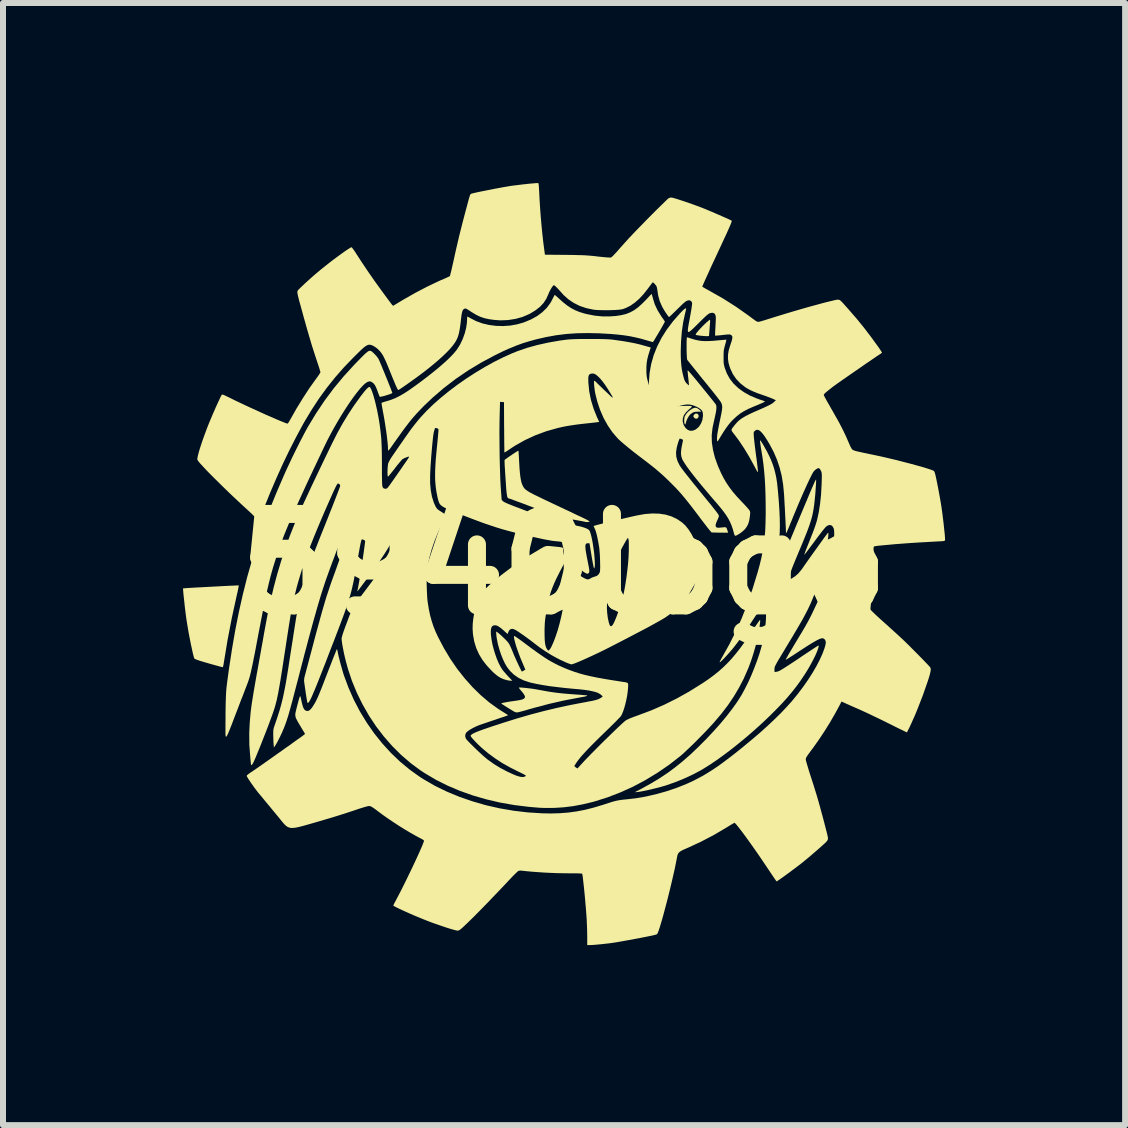
<source format=kicad_pcb>
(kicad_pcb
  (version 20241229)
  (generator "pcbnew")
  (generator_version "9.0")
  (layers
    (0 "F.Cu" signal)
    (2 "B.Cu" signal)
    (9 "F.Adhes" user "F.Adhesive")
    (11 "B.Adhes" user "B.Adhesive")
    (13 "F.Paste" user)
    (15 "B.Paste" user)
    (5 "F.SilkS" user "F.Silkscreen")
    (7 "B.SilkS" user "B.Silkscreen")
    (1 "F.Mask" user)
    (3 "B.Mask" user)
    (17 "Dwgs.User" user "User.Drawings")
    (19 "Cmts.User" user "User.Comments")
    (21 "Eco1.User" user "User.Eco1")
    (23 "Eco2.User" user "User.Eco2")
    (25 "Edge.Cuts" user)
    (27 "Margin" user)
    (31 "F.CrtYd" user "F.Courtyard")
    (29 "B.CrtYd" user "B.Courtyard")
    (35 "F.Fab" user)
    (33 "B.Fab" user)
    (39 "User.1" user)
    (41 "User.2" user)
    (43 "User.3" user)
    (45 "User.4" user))
  (footprint "5940logo"
    (layer "F.Cu")
    (at 6.349 6.348)
    (property "Reference" "5940logo" (at 0 0 0) (layer "F.SilkS") (effects (font (size 1.524 1.524) (thickness 0.3))))
    (attr board_only exclude_from_pos_files exclude_from_bom)
    (fp_poly (pts (xy 2.224 -2.502) (xy 2.239 -2.484) (xy 2.243 -2.468) (xy 2.237 -2.442) (xy 2.221 -2.425) (xy 2.2 -2.42) (xy 2.178 -2.429) (xy 2.17 -2.436) (xy 2.158 -2.451) (xy 2.154 -2.464) (xy 2.161 -2.48) (xy 2.175 -2.496) (xy 2.193 -2.507) (xy 2.199 -2.508)) (stroke (width 0) (type solid)) (fill yes) (layer "F.SilkS"))
    (fp_poly (pts (xy 2.433 -4.066) (xy 2.434 -4.053) (xy 2.433 -4.031) (xy 2.431 -3.998) (xy 2.427 -3.95) (xy 2.425 -3.919) (xy 2.415 -3.798) (xy 2.379 -3.797) (xy 2.355 -3.797) (xy 2.32 -3.8) (xy 2.282 -3.803) (xy 2.267 -3.805) (xy 2.23 -3.81) (xy 2.207 -3.814) (xy 2.196 -3.819) (xy 2.193 -3.825) (xy 2.193 -3.826) (xy 2.201 -3.841) (xy 2.218 -3.864) (xy 2.243 -3.893) (xy 2.273 -3.926) (xy 2.306 -3.961) (xy 2.34 -3.994) (xy 2.372 -4.024) (xy 2.401 -4.049) (xy 2.403 -4.051) (xy 2.415 -4.06) (xy 2.423 -4.067) (xy 2.429 -4.07)) (stroke (width 0) (type solid)) (fill yes) (layer "F.SilkS"))
    (fp_poly (pts (xy 2.212 -2.6) (xy 2.237 -2.585) (xy 2.249 -2.576) (xy 2.268 -2.559) (xy 2.28 -2.546) (xy 2.283 -2.541) (xy 2.275 -2.538) (xy 2.256 -2.538) (xy 2.232 -2.538) (xy 2.181 -2.536) (xy 2.138 -2.52) (xy 2.1 -2.49) (xy 2.096 -2.486) (xy 2.078 -2.461) (xy 2.058 -2.427) (xy 2.041 -2.39) (xy 2.03 -2.356) (xy 2.029 -2.349) (xy 2.023 -2.329) (xy 2.016 -2.324) (xy 2.009 -2.335) (xy 2.007 -2.341) (xy 2.002 -2.373) (xy 2.002 -2.41) (xy 2.007 -2.446) (xy 2.013 -2.463) (xy 2.032 -2.496) (xy 2.06 -2.53) (xy 2.094 -2.56) (xy 2.129 -2.584) (xy 2.163 -2.6) (xy 2.188 -2.604)) (stroke (width 0) (type solid)) (fill yes) (layer "F.SilkS"))
    (fp_poly (pts (xy -0.718 2.058) (xy -0.683 2.061) (xy -0.64 2.065) (xy -0.591 2.071) (xy -0.539 2.077) (xy -0.487 2.085) (xy -0.436 2.094) (xy -0.414 2.098) (xy -0.337 2.112) (xy -0.267 2.125) (xy -0.201 2.135) (xy -0.136 2.144) (xy -0.069 2.152) (xy 0.003 2.159) (xy 0.084 2.166) (xy 0.177 2.173) (xy 0.201 2.175) (xy 0.253 2.178) (xy 0.3 2.182) (xy 0.338 2.185) (xy 0.367 2.188) (xy 0.383 2.19) (xy 0.385 2.191) (xy 0.386 2.195) (xy 0.381 2.199) (xy 0.368 2.203) (xy 0.345 2.209) (xy 0.31 2.216) (xy 0.261 2.224) (xy 0.247 2.227) (xy 0.000331 2.274) (xy -0.242 2.329) (xy -0.485 2.393) (xy -0.595 2.424) (xy -0.644 2.439) (xy -0.69 2.451) (xy -0.73 2.462) (xy -0.76 2.469) (xy -0.778 2.473) (xy -0.78 2.473) (xy -0.794 2.473) (xy -0.81 2.469) (xy -0.831 2.46) (xy -0.859 2.444) (xy -0.896 2.421) (xy -0.947 2.39) (xy -0.985 2.366) (xy -1.012 2.348) (xy -1.031 2.336) (xy -1.041 2.328) (xy -1.045 2.323) (xy -1.045 2.323) (xy -1.037 2.319) (xy -1.016 2.313) (xy -0.984 2.307) (xy -0.943 2.299) (xy -0.895 2.291) (xy -0.843 2.284) (xy -0.802 2.278) (xy -0.742 2.268) (xy -0.698 2.258) (xy -0.668 2.244) (xy -0.653 2.227) (xy -0.652 2.205) (xy -0.665 2.177) (xy -0.69 2.142) (xy -0.719 2.108) (xy -0.737 2.086) (xy -0.749 2.069) (xy -0.753 2.06) (xy -0.753 2.06) (xy -0.742 2.058)) (stroke (width 0) (type solid)) (fill yes) (layer "F.SilkS"))
    (fp_poly (pts (xy -5.42 0.357) (xy -5.421 0.365) (xy -5.425 0.387) (xy -5.431 0.42) (xy -5.44 0.462) (xy -5.451 0.51) (xy -5.457 0.536) (xy -5.537 0.903) (xy -5.608 1.272) (xy -5.65 1.527) (xy -5.66 1.587) (xy -5.668 1.634) (xy -5.673 1.668) (xy -5.678 1.691) (xy -5.681 1.706) (xy -5.684 1.715) (xy -5.686 1.719) (xy -5.688 1.72) (xy -5.689 1.72) (xy -5.699 1.717) (xy -5.721 1.712) (xy -5.751 1.704) (xy -5.78 1.696) (xy -5.86 1.674) (xy -5.933 1.653) (xy -5.999 1.634) (xy -6.056 1.617) (xy -6.101 1.602) (xy -6.135 1.589) (xy -6.155 1.58) (xy -6.159 1.577) (xy -6.164 1.565) (xy -6.172 1.54) (xy -6.182 1.502) (xy -6.193 1.454) (xy -6.205 1.397) (xy -6.219 1.334) (xy -6.232 1.267) (xy -6.246 1.196) (xy -6.259 1.125) (xy -6.271 1.055) (xy -6.282 0.988) (xy -6.289 0.944) (xy -6.295 0.906) (xy -6.301 0.859) (xy -6.308 0.806) (xy -6.315 0.748) (xy -6.322 0.689) (xy -6.328 0.631) (xy -6.334 0.574) (xy -6.34 0.523) (xy -6.344 0.478) (xy -6.347 0.442) (xy -6.349 0.418) (xy -6.349 0.407) (xy -6.349 0.407) (xy -6.34 0.406) (xy -6.318 0.404) (xy -6.282 0.401) (xy -6.236 0.398) (xy -6.181 0.395) (xy -6.118 0.391) (xy -6.05 0.388) (xy -5.977 0.384) (xy -5.903 0.38) (xy -5.828 0.376) (xy -5.755 0.372) (xy -5.684 0.368) (xy -5.619 0.365) (xy -5.559 0.362) (xy -5.508 0.36) (xy -5.467 0.358) (xy -5.438 0.357) (xy -5.422 0.356)) (stroke (width 0) (type solid)) (fill yes) (layer "F.SilkS"))
    (fp_poly (pts (xy -0.759 -1.88) (xy -0.757 -1.857) (xy -0.755 -1.823) (xy -0.752 -1.78) (xy -0.75 -1.73) (xy -0.748 -1.698) (xy -0.743 -1.607) (xy -0.737 -1.531) (xy -0.73 -1.468) (xy -0.722 -1.415) (xy -0.713 -1.372) (xy -0.702 -1.336) (xy -0.694 -1.317) (xy -0.685 -1.298) (xy -0.676 -1.282) (xy -0.666 -1.266) (xy -0.653 -1.252) (xy -0.636 -1.237) (xy -0.614 -1.221) (xy -0.586 -1.203) (xy -0.551 -1.183) (xy -0.507 -1.16) (xy -0.453 -1.134) (xy -0.389 -1.103) (xy -0.313 -1.066) (xy -0.223 -1.024) (xy -0.201 -1.013) (xy -0.122 -0.976) (xy -0.044 -0.939) (xy 0.032 -0.903) (xy 0.103 -0.87) (xy 0.167 -0.839) (xy 0.224 -0.812) (xy 0.27 -0.791) (xy 0.304 -0.775) (xy 0.311 -0.771) (xy 0.351 -0.752) (xy 0.384 -0.735) (xy 0.409 -0.72) (xy 0.423 -0.711) (xy 0.426 -0.708) (xy 0.419 -0.704) (xy 0.402 -0.7) (xy 0.381 -0.699) (xy 0.363 -0.7) (xy 0.353 -0.702) (xy 0.344 -0.705) (xy 0.322 -0.709) (xy 0.289 -0.716) (xy 0.247 -0.723) (xy 0.2 -0.732) (xy 0.148 -0.741) (xy 0.096 -0.749) (xy 0.045 -0.758) (xy 0.039 -0.759) (xy 0.011 -0.764) (xy -0.017 -0.769) (xy -0.046 -0.776) (xy -0.079 -0.785) (xy -0.116 -0.797) (xy -0.158 -0.811) (xy -0.208 -0.828) (xy -0.268 -0.85) (xy -0.337 -0.875) (xy -0.418 -0.906) (xy -0.512 -0.942) (xy -0.531 -0.949) (xy -0.601 -0.975) (xy -0.668 -1.001) (xy -0.73 -1.024) (xy -0.785 -1.044) (xy -0.831 -1.061) (xy -0.867 -1.075) (xy -0.89 -1.083) (xy -0.898 -1.086) (xy -0.909 -1.089) (xy -0.919 -1.091) (xy -0.927 -1.094) (xy -0.935 -1.099) (xy -0.941 -1.107) (xy -0.946 -1.119) (xy -0.95 -1.137) (xy -0.954 -1.161) (xy -0.958 -1.193) (xy -0.962 -1.234) (xy -0.966 -1.285) (xy -0.97 -1.347) (xy -0.975 -1.421) (xy -0.981 -1.509) (xy -0.987 -1.612) (xy -0.988 -1.62) (xy -0.99 -1.659) (xy -0.991 -1.694) (xy -0.992 -1.719) (xy -0.991 -1.732) (xy -0.991 -1.733) (xy -0.984 -1.74) (xy -0.966 -1.753) (xy -0.94 -1.772) (xy -0.91 -1.793) (xy -0.876 -1.816) (xy -0.842 -1.839) (xy -0.811 -1.859) (xy -0.786 -1.875) (xy -0.768 -1.885) (xy -0.761 -1.888)) (stroke (width 0) (type solid)) (fill yes) (layer "F.SilkS"))
    (fp_poly (pts (xy 2.059 -3.775) (xy 2.08 -3.769) (xy 2.108 -3.76) (xy 2.114 -3.758) (xy 2.172 -3.74) (xy 2.227 -3.727) (xy 2.283 -3.718) (xy 2.343 -3.714) (xy 2.409 -3.715) (xy 2.485 -3.719) (xy 2.57 -3.727) (xy 2.614 -3.731) (xy 2.652 -3.734) (xy 2.682 -3.737) (xy 2.7 -3.737) (xy 2.704 -3.737) (xy 2.703 -3.728) (xy 2.699 -3.708) (xy 2.691 -3.678) (xy 2.683 -3.649) (xy 2.673 -3.613) (xy 2.666 -3.582) (xy 2.661 -3.553) (xy 2.659 -3.519) (xy 2.658 -3.477) (xy 2.658 -3.452) (xy 2.658 -3.403) (xy 2.659 -3.364) (xy 2.662 -3.333) (xy 2.668 -3.305) (xy 2.675 -3.276) (xy 2.711 -3.178) (xy 2.761 -3.087) (xy 2.825 -3.005) (xy 2.903 -2.931) (xy 2.994 -2.865) (xy 3.099 -2.806) (xy 3.218 -2.756) (xy 3.248 -2.745) (xy 3.283 -2.733) (xy 3.314 -2.723) (xy 3.335 -2.715) (xy 3.344 -2.712) (xy 3.346 -2.709) (xy 3.342 -2.704) (xy 3.328 -2.696) (xy 3.305 -2.684) (xy 3.27 -2.669) (xy 3.223 -2.649) (xy 3.162 -2.624) (xy 3.159 -2.623) (xy 3.074 -2.586) (xy 3.002 -2.549) (xy 2.939 -2.51) (xy 2.884 -2.467) (xy 2.871 -2.456) (xy 2.822 -2.411) (xy 2.779 -2.367) (xy 2.74 -2.32) (xy 2.701 -2.267) (xy 2.66 -2.206) (xy 2.62 -2.142) (xy 2.599 -2.107) (xy 2.581 -2.077) (xy 2.568 -2.055) (xy 2.56 -2.044) (xy 2.559 -2.043) (xy 2.555 -2.046) (xy 2.551 -2.053) (xy 2.548 -2.075) (xy 2.549 -2.112) (xy 2.554 -2.162) (xy 2.564 -2.224) (xy 2.578 -2.298) (xy 2.595 -2.383) (xy 2.596 -2.386) (xy 2.61 -2.453) (xy 2.621 -2.506) (xy 2.628 -2.547) (xy 2.633 -2.58) (xy 2.635 -2.606) (xy 2.635 -2.627) (xy 2.632 -2.645) (xy 2.628 -2.661) (xy 2.626 -2.67) (xy 2.622 -2.68) (xy 2.616 -2.69) (xy 2.608 -2.704) (xy 2.597 -2.72) (xy 2.581 -2.741) (xy 2.561 -2.768) (xy 2.535 -2.801) (xy 2.503 -2.842) (xy 2.463 -2.892) (xy 2.415 -2.951) (xy 2.359 -3.021) (xy 2.311 -3.079) (xy 2.261 -3.141) (xy 2.215 -3.199) (xy 2.172 -3.252) (xy 2.134 -3.299) (xy 2.102 -3.339) (xy 2.077 -3.371) (xy 2.06 -3.392) (xy 2.052 -3.403) (xy 2.052 -3.403) (xy 2.049 -3.416) (xy 2.047 -3.44) (xy 2.045 -3.475) (xy 2.043 -3.516) (xy 2.042 -3.562) (xy 2.042 -3.609) (xy 2.042 -3.656) (xy 2.042 -3.698) (xy 2.043 -3.734) (xy 2.045 -3.761) (xy 2.047 -3.776) (xy 2.048 -3.778)) (stroke (width 0) (type solid)) (fill yes) (layer "F.SilkS"))
    (fp_poly (pts (xy 1.464 -4.49) (xy 1.469 -4.469) (xy 1.477 -4.441) (xy 1.479 -4.432) (xy 1.511 -4.328) (xy 1.559 -4.226) (xy 1.622 -4.125) (xy 1.641 -4.098) (xy 1.659 -4.073) (xy 1.672 -4.053) (xy 1.679 -4.04) (xy 1.68 -4.039) (xy 1.676 -4.03) (xy 1.665 -4.009) (xy 1.649 -3.98) (xy 1.629 -3.945) (xy 1.606 -3.904) (xy 1.581 -3.862) (xy 1.557 -3.821) (xy 1.533 -3.782) (xy 1.513 -3.747) (xy 1.496 -3.72) (xy 1.484 -3.703) (xy 1.48 -3.697) (xy 1.471 -3.7) (xy 1.449 -3.706) (xy 1.418 -3.715) (xy 1.38 -3.726) (xy 1.366 -3.73) (xy 1.275 -3.756) (xy 1.185 -3.777) (xy 1.093 -3.796) (xy 0.996 -3.811) (xy 0.892 -3.823) (xy 0.779 -3.833) (xy 0.653 -3.84) (xy 0.585 -3.844) (xy 0.393 -3.848) (xy 0.212 -3.845) (xy 0.039 -3.833) (xy -0.13 -3.812) (xy -0.297 -3.782) (xy -0.462 -3.744) (xy -0.579 -3.712) (xy -0.69 -3.678) (xy -0.799 -3.638) (xy -0.909 -3.593) (xy -1.025 -3.541) (xy -1.149 -3.48) (xy -1.149 -3.48) (xy -1.382 -3.356) (xy -1.6 -3.224) (xy -1.807 -3.083) (xy -2.003 -2.933) (xy -2.19 -2.772) (xy -2.332 -2.637) (xy -2.378 -2.59) (xy -2.42 -2.546) (xy -2.46 -2.504) (xy -2.497 -2.462) (xy -2.535 -2.418) (xy -2.573 -2.371) (xy -2.613 -2.319) (xy -2.657 -2.261) (xy -2.705 -2.196) (xy -2.759 -2.12) (xy -2.82 -2.035) (xy -2.862 -1.975) (xy -2.884 -1.943) (xy -2.904 -1.916) (xy -2.919 -1.898) (xy -2.927 -1.889) (xy -2.928 -1.889) (xy -2.932 -1.896) (xy -2.934 -1.913) (xy -2.934 -1.917) (xy -2.935 -1.956) (xy -2.939 -2.007) (xy -2.946 -2.07) (xy -2.954 -2.14) (xy -2.964 -2.215) (xy -2.976 -2.294) (xy -2.988 -2.372) (xy -3.001 -2.448) (xy -3.014 -2.519) (xy -3.019 -2.544) (xy -3.027 -2.589) (xy -3.034 -2.628) (xy -3.039 -2.659) (xy -3.041 -2.679) (xy -3.04 -2.686) (xy -3.031 -2.69) (xy -3.009 -2.697) (xy -2.978 -2.707) (xy -2.946 -2.716) (xy -2.875 -2.739) (xy -2.804 -2.768) (xy -2.731 -2.805) (xy -2.653 -2.851) (xy -2.568 -2.907) (xy -2.536 -2.93) (xy -2.423 -3.011) (xy -2.316 -3.092) (xy -2.214 -3.171) (xy -2.12 -3.247) (xy -2.034 -3.32) (xy -1.957 -3.389) (xy -1.891 -3.453) (xy -1.836 -3.511) (xy -1.794 -3.562) (xy -1.783 -3.577) (xy -1.732 -3.658) (xy -1.689 -3.748) (xy -1.655 -3.843) (xy -1.631 -3.937) (xy -1.618 -4.029) (xy -1.616 -4.077) (xy -1.615 -4.102) (xy -1.613 -4.119) (xy -1.611 -4.123) (xy -1.602 -4.12) (xy -1.583 -4.109) (xy -1.56 -4.096) (xy -1.465 -4.047) (xy -1.361 -4.009) (xy -1.249 -3.983) (xy -1.133 -3.968) (xy -1.015 -3.965) (xy -0.896 -3.973) (xy -0.78 -3.994) (xy -0.668 -4.026) (xy -0.664 -4.028) (xy -0.549 -4.076) (xy -0.448 -4.132) (xy -0.362 -4.196) (xy -0.289 -4.267) (xy -0.229 -4.348) (xy -0.201 -4.398) (xy -0.185 -4.431) (xy -0.17 -4.458) (xy -0.161 -4.477) (xy -0.156 -4.484) (xy -0.15 -4.48) (xy -0.134 -4.467) (xy -0.111 -4.447) (xy -0.084 -4.422) (xy -0.083 -4.421) (xy -0.012 -4.358) (xy 0.054 -4.306) (xy 0.118 -4.264) (xy 0.184 -4.229) (xy 0.255 -4.2) (xy 0.336 -4.175) (xy 0.376 -4.165) (xy 0.505 -4.139) (xy 0.635 -4.126) (xy 0.767 -4.126) (xy 0.865 -4.133) (xy 0.951 -4.146) (xy 1.029 -4.165) (xy 1.099 -4.192) (xy 1.166 -4.228) (xy 1.231 -4.275) (xy 1.297 -4.334) (xy 1.368 -4.405) (xy 1.382 -4.42) (xy 1.409 -4.449) (xy 1.432 -4.474) (xy 1.45 -4.491) (xy 1.459 -4.498) (xy 1.46 -4.499)) (stroke (width 0) (type solid)) (fill yes) (layer "F.SilkS"))
    (fp_poly (pts (xy -3.219 -3.55) (xy -3.203 -3.54) (xy -3.185 -3.525) (xy -3.163 -3.504) (xy -3.137 -3.477) (xy -3.112 -3.447) (xy -3.094 -3.421) (xy -3.092 -3.417) (xy -3.085 -3.402) (xy -3.072 -3.374) (xy -3.056 -3.336) (xy -3.037 -3.291) (xy -3.016 -3.239) (xy -2.993 -3.184) (xy -2.97 -3.127) (xy -2.947 -3.071) (xy -2.925 -3.016) (xy -2.905 -2.966) (xy -2.888 -2.923) (xy -2.875 -2.887) (xy -2.865 -2.863) (xy -2.862 -2.85) (xy -2.862 -2.849) (xy -2.869 -2.844) (xy -2.888 -2.836) (xy -2.916 -2.825) (xy -2.949 -2.815) (xy -2.984 -2.804) (xy -3.017 -2.795) (xy -3.045 -2.789) (xy -3.064 -2.786) (xy -3.071 -2.787) (xy -3.076 -2.797) (xy -3.085 -2.818) (xy -3.096 -2.847) (xy -3.102 -2.863) (xy -3.121 -2.915) (xy -3.138 -2.955) (xy -3.154 -2.984) (xy -3.171 -3.006) (xy -3.183 -3.017) (xy -3.212 -3.037) (xy -3.239 -3.044) (xy -3.267 -3.037) (xy -3.283 -3.029) (xy -3.316 -3.007) (xy -3.354 -2.971) (xy -3.398 -2.923) (xy -3.446 -2.864) (xy -3.498 -2.796) (xy -3.553 -2.719) (xy -3.61 -2.635) (xy -3.668 -2.546) (xy -3.727 -2.451) (xy -3.785 -2.353) (xy -3.842 -2.253) (xy -3.897 -2.152) (xy -3.949 -2.052) (xy -3.996 -1.955) (xy -4.08 -1.777) (xy -4.158 -1.613) (xy -4.229 -1.462) (xy -4.294 -1.323) (xy -4.353 -1.194) (xy -4.407 -1.076) (xy -4.456 -0.968) (xy -4.501 -0.867) (xy -4.542 -0.775) (xy -4.579 -0.689) (xy -4.612 -0.61) (xy -4.643 -0.535) (xy -4.671 -0.465) (xy -4.696 -0.398) (xy -4.72 -0.334) (xy -4.742 -0.272) (xy -4.763 -0.21) (xy -4.769 -0.193) (xy -4.798 -0.104) (xy -4.825 -0.02) (xy -4.85 0.061) (xy -4.873 0.142) (xy -4.895 0.223) (xy -4.916 0.307) (xy -4.937 0.396) (xy -4.959 0.49) (xy -4.981 0.593) (xy -5.004 0.706) (xy -5.028 0.831) (xy -5.055 0.969) (xy -5.064 1.017) (xy -5.09 1.152) (xy -5.113 1.273) (xy -5.133 1.38) (xy -5.151 1.475) (xy -5.168 1.558) (xy -5.182 1.63) (xy -5.195 1.693) (xy -5.207 1.747) (xy -5.217 1.794) (xy -5.227 1.835) (xy -5.236 1.871) (xy -5.245 1.902) (xy -5.254 1.93) (xy -5.263 1.957) (xy -5.272 1.982) (xy -5.281 2.005) (xy -5.294 2.039) (xy -5.312 2.086) (xy -5.334 2.144) (xy -5.359 2.209) (xy -5.387 2.279) (xy -5.415 2.353) (xy -5.443 2.427) (xy -5.453 2.452) (xy -5.488 2.543) (xy -5.517 2.62) (xy -5.542 2.685) (xy -5.563 2.738) (xy -5.58 2.78) (xy -5.594 2.813) (xy -5.605 2.838) (xy -5.614 2.856) (xy -5.62 2.867) (xy -5.626 2.874) (xy -5.63 2.877) (xy -5.633 2.878) (xy -5.636 2.876) (xy -5.638 2.87) (xy -5.64 2.858) (xy -5.641 2.839) (xy -5.642 2.812) (xy -5.642 2.775) (xy -5.642 2.727) (xy -5.642 2.667) (xy -5.641 2.594) (xy -5.641 2.514) (xy -5.64 2.424) (xy -5.639 2.347) (xy -5.637 2.281) (xy -5.635 2.224) (xy -5.633 2.171) (xy -5.63 2.122) (xy -5.626 2.072) (xy -5.62 2.02) (xy -5.613 1.963) (xy -5.604 1.898) (xy -5.594 1.822) (xy -5.582 1.736) (xy -5.532 1.41) (xy -5.478 1.098) (xy -5.418 0.797) (xy -5.352 0.504) (xy -5.28 0.218) (xy -5.2 -0.063) (xy -5.112 -0.342) (xy -5.015 -0.621) (xy -4.909 -0.902) (xy -4.793 -1.187) (xy -4.667 -1.479) (xy -4.657 -1.502) (xy -4.619 -1.586) (xy -4.577 -1.675) (xy -4.533 -1.769) (xy -4.487 -1.863) (xy -4.441 -1.956) (xy -4.396 -2.045) (xy -4.353 -2.128) (xy -4.314 -2.202) (xy -4.28 -2.265) (xy -4.269 -2.285) (xy -4.133 -2.509) (xy -3.99 -2.723) (xy -3.838 -2.927) (xy -3.673 -3.126) (xy -3.495 -3.321) (xy -3.42 -3.398) (xy -3.371 -3.448) (xy -3.331 -3.488) (xy -3.299 -3.517) (xy -3.273 -3.538) (xy -3.253 -3.55) (xy -3.235 -3.553)) (stroke (width 0) (type solid)) (fill yes) (layer "F.SilkS"))
    (fp_poly (pts (xy 3.275 -2.054) (xy 3.287 -2.037) (xy 3.305 -2.009) (xy 3.33 -1.967) (xy 3.333 -1.96) (xy 3.381 -1.875) (xy 3.419 -1.799) (xy 3.451 -1.728) (xy 3.478 -1.659) (xy 3.501 -1.587) (xy 3.517 -1.526) (xy 3.526 -1.486) (xy 3.535 -1.445) (xy 3.542 -1.4) (xy 3.55 -1.349) (xy 3.556 -1.291) (xy 3.563 -1.223) (xy 3.57 -1.144) (xy 3.578 -1.05) (xy 3.578 -1.049) (xy 3.588 -0.898) (xy 3.594 -0.759) (xy 3.596 -0.63) (xy 3.593 -0.509) (xy 3.585 -0.392) (xy 3.578 -0.313) (xy 3.57 -0.233) (xy 3.564 -0.163) (xy 3.561 -0.102) (xy 3.56 -0.054) (xy 3.562 -0.019) (xy 3.566 0.002) (xy 3.567 0.004) (xy 3.572 0.01) (xy 3.58 0.005) (xy 3.592 -0.01) (xy 3.599 -0.021) (xy 3.605 -0.03) (xy 3.61 -0.038) (xy 3.615 -0.047) (xy 3.62 -0.057) (xy 3.627 -0.07) (xy 3.634 -0.086) (xy 3.644 -0.106) (xy 3.655 -0.132) (xy 3.669 -0.164) (xy 3.686 -0.204) (xy 3.706 -0.251) (xy 3.73 -0.308) (xy 3.758 -0.374) (xy 3.79 -0.452) (xy 3.828 -0.542) (xy 3.87 -0.645) (xy 3.919 -0.761) (xy 3.92 -0.764) (xy 3.968 -0.878) (xy 4.01 -0.979) (xy 4.047 -1.066) (xy 4.078 -1.142) (xy 4.105 -1.205) (xy 4.128 -1.259) (xy 4.147 -1.302) (xy 4.162 -1.336) (xy 4.174 -1.363) (xy 4.183 -1.382) (xy 4.19 -1.395) (xy 4.195 -1.403) (xy 4.198 -1.406) (xy 4.2 -1.405) (xy 4.2 -1.396) (xy 4.2 -1.374) (xy 4.198 -1.34) (xy 4.196 -1.299) (xy 4.192 -1.251) (xy 4.189 -1.201) (xy 4.185 -1.15) (xy 4.18 -1.102) (xy 4.176 -1.058) (xy 4.175 -1.053) (xy 4.168 -0.987) (xy 4.159 -0.926) (xy 4.149 -0.869) (xy 4.138 -0.813) (xy 4.123 -0.756) (xy 4.105 -0.697) (xy 4.084 -0.633) (xy 4.058 -0.562) (xy 4.027 -0.483) (xy 3.99 -0.392) (xy 3.951 -0.297) (xy 3.912 -0.205) (xy 3.879 -0.125) (xy 3.851 -0.058) (xy 3.828 -0.002) (xy 3.809 0.045) (xy 3.794 0.084) (xy 3.783 0.116) (xy 3.773 0.143) (xy 3.767 0.165) (xy 3.761 0.185) (xy 3.758 0.201) (xy 3.752 0.229) (xy 3.748 0.251) (xy 3.746 0.262) (xy 3.746 0.262) (xy 3.752 0.261) (xy 3.769 0.253) (xy 3.793 0.241) (xy 3.795 0.24) (xy 3.851 0.204) (xy 3.902 0.159) (xy 3.95 0.102) (xy 3.968 0.078) (xy 4.001 0.03) (xy 4.039 -0.024) (xy 4.079 -0.081) (xy 4.121 -0.14) (xy 4.164 -0.2) (xy 4.206 -0.258) (xy 4.246 -0.314) (xy 4.284 -0.367) (xy 4.317 -0.413) (xy 4.346 -0.453) (xy 4.37 -0.484) (xy 4.386 -0.505) (xy 4.394 -0.515) (xy 4.394 -0.515) (xy 4.4 -0.52) (xy 4.404 -0.517) (xy 4.405 -0.505) (xy 4.403 -0.482) (xy 4.402 -0.458) (xy 4.375 -0.233) (xy 4.332 -0.009) (xy 4.275 0.213) (xy 4.203 0.429) (xy 4.117 0.639) (xy 4.107 0.662) (xy 4.083 0.713) (xy 4.059 0.763) (xy 4.033 0.813) (xy 4.005 0.866) (xy 3.974 0.924) (xy 3.938 0.986) (xy 3.897 1.057) (xy 3.85 1.136) (xy 3.797 1.226) (xy 3.753 1.298) (xy 3.702 1.383) (xy 3.659 1.455) (xy 3.623 1.515) (xy 3.593 1.565) (xy 3.568 1.606) (xy 3.549 1.639) (xy 3.535 1.665) (xy 3.524 1.685) (xy 3.517 1.701) (xy 3.512 1.713) (xy 3.509 1.723) (xy 3.507 1.732) (xy 3.507 1.741) (xy 3.506 1.75) (xy 3.506 1.753) (xy 3.505 1.779) (xy 3.507 1.794) (xy 3.516 1.8) (xy 3.535 1.797) (xy 3.565 1.79) (xy 3.58 1.784) (xy 3.602 1.773) (xy 3.633 1.755) (xy 3.673 1.73) (xy 3.723 1.698) (xy 3.784 1.658) (xy 3.857 1.61) (xy 3.912 1.573) (xy 3.975 1.53) (xy 4.034 1.491) (xy 4.088 1.455) (xy 4.136 1.423) (xy 4.176 1.397) (xy 4.206 1.378) (xy 4.225 1.365) (xy 4.233 1.361) (xy 4.242 1.36) (xy 4.244 1.367) (xy 4.241 1.383) (xy 4.231 1.418) (xy 4.213 1.465) (xy 4.189 1.52) (xy 4.159 1.581) (xy 4.125 1.646) (xy 4.088 1.713) (xy 4.049 1.779) (xy 4.009 1.842) (xy 4.005 1.848) (xy 3.938 1.948) (xy 3.869 2.043) (xy 3.796 2.135) (xy 3.719 2.227) (xy 3.633 2.322) (xy 3.536 2.423) (xy 3.521 2.438) (xy 3.407 2.551) (xy 3.287 2.664) (xy 3.163 2.776) (xy 3.036 2.886) (xy 2.907 2.992) (xy 2.779 3.094) (xy 2.654 3.188) (xy 2.533 3.275) (xy 2.418 3.352) (xy 2.31 3.419) (xy 2.287 3.433) (xy 2.156 3.503) (xy 2.014 3.569) (xy 1.867 3.63) (xy 1.72 3.682) (xy 1.645 3.705) (xy 1.585 3.722) (xy 1.521 3.738) (xy 1.455 3.754) (xy 1.391 3.769) (xy 1.332 3.781) (xy 1.281 3.791) (xy 1.241 3.797) (xy 1.229 3.799) (xy 1.178 3.803) (xy 1.298 3.74) (xy 1.446 3.658) (xy 1.586 3.574) (xy 1.72 3.485) (xy 1.849 3.39) (xy 1.978 3.286) (xy 2.106 3.174) (xy 2.237 3.049) (xy 2.372 2.914) (xy 2.493 2.785) (xy 2.606 2.658) (xy 2.709 2.534) (xy 2.801 2.415) (xy 2.882 2.302) (xy 2.95 2.195) (xy 2.962 2.175) (xy 3.014 2.079) (xy 3.068 1.972) (xy 3.12 1.856) (xy 3.169 1.735) (xy 3.215 1.614) (xy 3.255 1.497) (xy 3.287 1.387) (xy 3.299 1.342) (xy 3.318 1.256) (xy 3.334 1.168) (xy 3.348 1.081) (xy 3.358 0.996) (xy 3.364 0.917) (xy 3.366 0.847) (xy 3.364 0.789) (xy 3.363 0.776) (xy 3.359 0.743) (xy 3.354 0.723) (xy 3.348 0.711) (xy 3.339 0.703) (xy 3.336 0.702) (xy 3.318 0.697) (xy 3.307 0.698) (xy 3.3 0.706) (xy 3.286 0.725) (xy 3.265 0.755) (xy 3.238 0.794) (xy 3.207 0.84) (xy 3.173 0.892) (xy 3.141 0.94) (xy 3.086 1.025) (xy 3.037 1.097) (xy 2.995 1.16) (xy 2.958 1.214) (xy 2.924 1.262) (xy 2.892 1.305) (xy 2.862 1.345) (xy 2.831 1.385) (xy 2.817 1.403) (xy 2.789 1.436) (xy 2.758 1.472) (xy 2.725 1.509) (xy 2.692 1.545) (xy 2.661 1.577) (xy 2.634 1.605) (xy 2.612 1.625) (xy 2.598 1.637) (xy 2.592 1.638) (xy 2.594 1.63) (xy 2.603 1.61) (xy 2.617 1.583) (xy 2.636 1.55) (xy 2.638 1.546) (xy 2.753 1.341) (xy 2.86 1.128) (xy 2.96 0.905) (xy 3.052 0.671) (xy 3.138 0.424) (xy 3.218 0.163) (xy 3.223 0.149) (xy 3.258 0.021) (xy 3.287 -0.098) (xy 3.31 -0.212) (xy 3.328 -0.325) (xy 3.342 -0.439) (xy 3.352 -0.558) (xy 3.357 -0.686) (xy 3.36 -0.825) (xy 3.36 -0.871) (xy 3.359 -1.029) (xy 3.356 -1.174) (xy 3.351 -1.307) (xy 3.344 -1.431) (xy 3.334 -1.548) (xy 3.322 -1.662) (xy 3.307 -1.773) (xy 3.291 -1.873) (xy 3.282 -1.923) (xy 3.275 -1.97) (xy 3.27 -2.009) (xy 3.266 -2.038) (xy 3.265 -2.055) (xy 3.265 -2.057) (xy 3.268 -2.06)) (stroke (width 0) (type solid)) (fill yes) (layer "F.SilkS"))
    (fp_poly (pts (xy 1.584 -0.839) (xy 1.691 -0.823) (xy 1.79 -0.793) (xy 1.881 -0.75) (xy 1.963 -0.695) (xy 2.02 -0.643) (xy 2.074 -0.576) (xy 2.123 -0.499) (xy 2.167 -0.414) (xy 2.204 -0.323) (xy 2.232 -0.23) (xy 2.247 -0.162) (xy 2.259 -0.054) (xy 2.257 0.052) (xy 2.24 0.156) (xy 2.208 0.26) (xy 2.161 0.365) (xy 2.099 0.471) (xy 2.061 0.528) (xy 1.993 0.617) (xy 1.925 0.695) (xy 1.855 0.763) (xy 1.778 0.827) (xy 1.692 0.888) (xy 1.661 0.907) (xy 1.617 0.933) (xy 1.56 0.965) (xy 1.492 1.003) (xy 1.412 1.047) (xy 1.322 1.095) (xy 1.222 1.147) (xy 1.114 1.204) (xy 0.998 1.264) (xy 0.875 1.328) (xy 0.746 1.394) (xy 0.744 1.395) (xy 0.677 1.429) (xy 0.607 1.463) (xy 0.536 1.497) (xy 0.466 1.53) (xy 0.398 1.561) (xy 0.334 1.59) (xy 0.275 1.616) (xy 0.223 1.638) (xy 0.18 1.655) (xy 0.148 1.666) (xy 0.128 1.672) (xy 0.125 1.672) (xy 0.105 1.668) (xy 0.074 1.657) (xy 0.033 1.641) (xy -0.014 1.619) (xy -0.066 1.595) (xy -0.119 1.568) (xy -0.172 1.539) (xy -0.222 1.511) (xy -0.244 1.497) (xy -0.303 1.46) (xy -0.358 1.423) (xy -0.413 1.385) (xy -0.472 1.34) (xy -0.506 1.314) (xy -0.563 1.27) (xy -0.62 1.228) (xy -0.674 1.189) (xy -0.723 1.155) (xy -0.75 1.137) (xy -0.325 1.137) (xy -0.324 1.211) (xy -0.322 1.271) (xy -0.317 1.319) (xy -0.31 1.358) (xy -0.3 1.389) (xy -0.287 1.415) (xy -0.28 1.424) (xy -0.269 1.439) (xy -0.26 1.443) (xy -0.25 1.436) (xy -0.247 1.433) (xy -0.234 1.418) (xy -0.219 1.394) (xy -0.212 1.381) (xy -0.176 1.302) (xy -0.141 1.209) (xy -0.107 1.107) (xy -0.076 0.997) (xy -0.048 0.882) (xy -0.024 0.767) (xy -0.019 0.737) (xy 0.714 0.737) (xy 0.718 0.81) (xy 0.727 0.884) (xy 0.731 0.908) (xy 0.743 0.963) (xy 0.754 1.002) (xy 0.766 1.027) (xy 0.778 1.037) (xy 0.793 1.033) (xy 0.809 1.016) (xy 0.812 1.012) (xy 0.827 0.986) (xy 0.845 0.947) (xy 0.866 0.898) (xy 0.888 0.84) (xy 0.91 0.777) (xy 0.932 0.711) (xy 0.953 0.644) (xy 0.971 0.578) (xy 0.987 0.518) (xy 0.993 0.494) (xy 1.008 0.419) (xy 1.023 0.331) (xy 1.038 0.234) (xy 1.051 0.131) (xy 1.063 0.026) (xy 1.065 0.004) (xy 1.07 -0.051) (xy 1.074 -0.11) (xy 1.077 -0.17) (xy 1.079 -0.229) (xy 1.079 -0.285) (xy 1.079 -0.334) (xy 1.078 -0.374) (xy 1.075 -0.403) (xy 1.072 -0.417) (xy 1.064 -0.436) (xy 1.047 -0.413) (xy 1.038 -0.398) (xy 1.022 -0.371) (xy 1.003 -0.338) (xy 0.982 -0.299) (xy 0.974 -0.285) (xy 0.924 -0.189) (xy 0.882 -0.096) (xy 0.845 -0.002) (xy 0.814 0.095) (xy 0.787 0.199) (xy 0.763 0.312) (xy 0.741 0.437) (xy 0.735 0.479) (xy 0.723 0.575) (xy 0.716 0.659) (xy 0.714 0.737) (xy -0.019 0.737) (xy -0.017 0.723) (xy -0.004 0.644) (xy 0.006 0.564) (xy 0.016 0.483) (xy 0.024 0.404) (xy 0.03 0.327) (xy 0.035 0.254) (xy 0.038 0.187) (xy 0.039 0.126) (xy 0.039 0.074) (xy 0.036 0.031) (xy 0.032 -0.001) (xy 0.026 -0.021) (xy 0.018 -0.027) (xy 0.012 -0.023) (xy 0.005 -0.013) (xy -0.007 0.009) (xy -0.025 0.042) (xy -0.046 0.082) (xy -0.071 0.128) (xy -0.087 0.161) (xy -0.129 0.244) (xy -0.164 0.321) (xy -0.194 0.394) (xy -0.22 0.465) (xy -0.242 0.54) (xy -0.261 0.62) (xy -0.28 0.708) (xy -0.297 0.809) (xy -0.302 0.84) (xy -0.311 0.895) (xy -0.317 0.942) (xy -0.321 0.986) (xy -0.323 1.033) (xy -0.325 1.088) (xy -0.325 1.137) (xy -0.75 1.137) (xy -0.766 1.126) (xy -0.801 1.104) (xy -0.826 1.091) (xy -0.831 1.089) (xy -0.855 1.081) (xy -0.871 1.08) (xy -0.887 1.086) (xy -0.889 1.086) (xy -0.907 1.097) (xy -0.919 1.113) (xy -0.93 1.138) (xy -0.932 1.144) (xy -0.94 1.167) (xy -0.997 1.116) (xy -1.04 1.078) (xy -1.075 1.052) (xy -1.103 1.034) (xy -1.127 1.024) (xy -1.149 1.021) (xy -1.151 1.021) (xy -1.179 1.025) (xy -1.2 1.039) (xy -1.213 1.064) (xy -1.22 1.101) (xy -1.22 1.151) (xy -1.219 1.179) (xy -1.209 1.256) (xy -1.194 1.338) (xy -1.172 1.423) (xy -1.146 1.507) (xy -1.117 1.588) (xy -1.085 1.661) (xy -1.051 1.724) (xy -1.024 1.766) (xy -1.005 1.789) (xy -0.979 1.819) (xy -0.95 1.852) (xy -0.928 1.876) (xy -0.863 1.945) (xy -0.891 1.945) (xy -0.916 1.942) (xy -0.947 1.937) (xy -0.965 1.932) (xy -1.017 1.916) (xy -1.064 1.894) (xy -1.11 1.864) (xy -1.158 1.825) (xy -1.197 1.789) (xy -1.285 1.695) (xy -1.358 1.601) (xy -1.417 1.504) (xy -1.463 1.402) (xy -1.496 1.295) (xy -1.517 1.179) (xy -1.519 1.156) (xy -1.524 1.078) (xy -1.522 0.997) (xy -1.513 0.911) (xy -1.496 0.815) (xy -1.471 0.71) (xy -1.451 0.642) (xy -1.428 0.582) (xy -1.399 0.527) (xy -1.363 0.475) (xy -1.318 0.422) (xy -1.263 0.367) (xy -1.198 0.309) (xy -1.05 0.187) (xy -0.896 0.071) (xy -0.732 -0.042) (xy -0.557 -0.155) (xy -0.49 -0.195) (xy -0.436 -0.227) (xy -0.394 -0.253) (xy -0.36 -0.272) (xy -0.334 -0.286) (xy -0.312 -0.295) (xy -0.291 -0.299) (xy -0.271 -0.301) (xy -0.247 -0.3) (xy -0.218 -0.297) (xy -0.181 -0.293) (xy -0.176 -0.293) (xy -0.122 -0.287) (xy -0.081 -0.283) (xy -0.052 -0.279) (xy -0.034 -0.275) (xy -0.023 -0.27) (xy -0.018 -0.263) (xy -0.016 -0.253) (xy -0.016 -0.239) (xy -0.016 -0.235) (xy -0.012 -0.192) (xy -0.002 -0.145) (xy 0.012 -0.102) (xy 0.026 -0.073) (xy 0.043 -0.047) (xy 0.069 -0.013) (xy 0.1 0.025) (xy 0.133 0.065) (xy 0.167 0.103) (xy 0.196 0.135) (xy 0.219 0.158) (xy 0.249 0.182) (xy 0.284 0.206) (xy 0.32 0.227) (xy 0.354 0.245) (xy 0.382 0.255) (xy 0.396 0.257) (xy 0.415 0.253) (xy 0.438 0.242) (xy 0.445 0.237) (xy 0.472 0.223) (xy 0.502 0.213) (xy 0.507 0.212) (xy 0.546 0.198) (xy 0.576 0.173) (xy 0.595 0.139) (xy 0.599 0.119) (xy 0.601 0.087) (xy 0.602 0.044) (xy 0.601 -0.006) (xy 0.6 -0.06) (xy 0.598 -0.116) (xy 0.595 -0.171) (xy 0.591 -0.221) (xy 0.587 -0.264) (xy 0.584 -0.286) (xy 0.568 -0.378) (xy 0.552 -0.456) (xy 0.537 -0.518) (xy 0.522 -0.565) (xy 0.514 -0.583) (xy 0.503 -0.607) (xy 0.495 -0.625) (xy 0.493 -0.633) (xy 0.503 -0.637) (xy 0.527 -0.644) (xy 0.563 -0.654) (xy 0.61 -0.666) (xy 0.665 -0.68) (xy 0.728 -0.696) (xy 0.796 -0.712) (xy 0.868 -0.73) (xy 0.942 -0.747) (xy 1.017 -0.764) (xy 1.09 -0.781) (xy 1.16 -0.797) (xy 1.21 -0.808) (xy 1.343 -0.832) (xy 1.468 -0.842)) (stroke (width 0) (type solid)) (fill yes) (layer "F.SilkS"))
    (fp_poly (pts (xy -0.431 -6.347) (xy -0.426 -6.34) (xy -0.423 -6.322) (xy -0.42 -6.291) (xy -0.417 -6.246) (xy -0.415 -6.208) (xy -0.408 -6.073) (xy -0.399 -5.93) (xy -0.388 -5.783) (xy -0.375 -5.635) (xy -0.361 -5.492) (xy -0.346 -5.359) (xy -0.336 -5.284) (xy -0.319 -5.154) (xy 0.02 -5.151) (xy 0.106 -5.15) (xy 0.179 -5.149) (xy 0.241 -5.147) (xy 0.295 -5.146) (xy 0.342 -5.144) (xy 0.386 -5.141) (xy 0.429 -5.138) (xy 0.473 -5.134) (xy 0.521 -5.129) (xy 0.559 -5.124) (xy 0.615 -5.118) (xy 0.667 -5.113) (xy 0.712 -5.109) (xy 0.747 -5.107) (xy 0.771 -5.106) (xy 0.78 -5.107) (xy 0.793 -5.115) (xy 0.814 -5.133) (xy 0.841 -5.162) (xy 0.874 -5.197) (xy 0.89 -5.215) (xy 0.927 -5.258) (xy 0.971 -5.307) (xy 1.017 -5.359) (xy 1.062 -5.408) (xy 1.086 -5.435) (xy 1.12 -5.47) (xy 1.16 -5.513) (xy 1.205 -5.56) (xy 1.256 -5.612) (xy 1.309 -5.666) (xy 1.364 -5.723) (xy 1.42 -5.779) (xy 1.475 -5.835) (xy 1.528 -5.888) (xy 1.579 -5.938) (xy 1.625 -5.983) (xy 1.666 -6.023) (xy 1.699 -6.056) (xy 1.725 -6.08) (xy 1.742 -6.094) (xy 1.747 -6.098) (xy 1.78 -6.107) (xy 1.798 -6.105) (xy 1.82 -6.1) (xy 1.855 -6.09) (xy 1.9 -6.076) (xy 1.952 -6.059) (xy 2.01 -6.04) (xy 2.069 -6.02) (xy 2.129 -5.999) (xy 2.186 -5.978) (xy 2.239 -5.959) (xy 2.263 -5.95) (xy 2.303 -5.934) (xy 2.352 -5.915) (xy 2.406 -5.892) (xy 2.463 -5.868) (xy 2.521 -5.843) (xy 2.579 -5.818) (xy 2.634 -5.794) (xy 2.684 -5.772) (xy 2.727 -5.753) (xy 2.76 -5.737) (xy 2.783 -5.726) (xy 2.792 -5.721) (xy 2.793 -5.717) (xy 2.793 -5.711) (xy 2.791 -5.7) (xy 2.785 -5.685) (xy 2.777 -5.663) (xy 2.765 -5.635) (xy 2.749 -5.598) (xy 2.729 -5.553) (xy 2.704 -5.497) (xy 2.673 -5.431) (xy 2.637 -5.353) (xy 2.595 -5.262) (xy 2.552 -5.17) (xy 2.511 -5.082) (xy 2.472 -4.999) (xy 2.436 -4.921) (xy 2.404 -4.849) (xy 2.375 -4.786) (xy 2.35 -4.731) (xy 2.33 -4.686) (xy 2.315 -4.652) (xy 2.306 -4.63) (xy 2.303 -4.622) (xy 2.303 -4.622) (xy 2.311 -4.616) (xy 2.331 -4.604) (xy 2.36 -4.587) (xy 2.397 -4.567) (xy 2.429 -4.549) (xy 2.649 -4.424) (xy 2.862 -4.289) (xy 3.064 -4.147) (xy 3.092 -4.126) (xy 3.135 -4.094) (xy 3.167 -4.071) (xy 3.19 -4.054) (xy 3.207 -4.044) (xy 3.22 -4.038) (xy 3.231 -4.036) (xy 3.24 -4.035) (xy 3.252 -4.037) (xy 3.278 -4.044) (xy 3.313 -4.054) (xy 3.357 -4.067) (xy 3.406 -4.083) (xy 3.433 -4.091) (xy 3.521 -4.119) (xy 3.613 -4.147) (xy 3.708 -4.176) (xy 3.805 -4.205) (xy 3.901 -4.233) (xy 3.997 -4.261) (xy 4.089 -4.287) (xy 4.178 -4.311) (xy 4.261 -4.334) (xy 4.336 -4.354) (xy 4.404 -4.371) (xy 4.462 -4.385) (xy 4.508 -4.396) (xy 4.542 -4.403) (xy 4.562 -4.405) (xy 4.58 -4.403) (xy 4.596 -4.397) (xy 4.613 -4.383) (xy 4.633 -4.363) (xy 4.665 -4.328) (xy 4.705 -4.283) (xy 4.75 -4.232) (xy 4.797 -4.178) (xy 4.845 -4.123) (xy 4.89 -4.07) (xy 4.929 -4.022) (xy 4.949 -3.997) (xy 4.985 -3.953) (xy 5.023 -3.905) (xy 5.062 -3.853) (xy 5.103 -3.8) (xy 5.142 -3.747) (xy 5.179 -3.695) (xy 5.214 -3.648) (xy 5.244 -3.606) (xy 5.268 -3.57) (xy 5.286 -3.543) (xy 5.295 -3.526) (xy 5.297 -3.522) (xy 5.291 -3.515) (xy 5.274 -3.503) (xy 5.249 -3.486) (xy 5.235 -3.477) (xy 5.212 -3.462) (xy 5.179 -3.439) (xy 5.136 -3.41) (xy 5.085 -3.375) (xy 5.027 -3.336) (xy 4.966 -3.293) (xy 4.902 -3.249) (xy 4.837 -3.204) (xy 4.773 -3.16) (xy 4.711 -3.117) (xy 4.655 -3.078) (xy 4.604 -3.042) (xy 4.562 -3.013) (xy 4.529 -2.989) (xy 4.509 -2.975) (xy 4.474 -2.949) (xy 4.434 -2.917) (xy 4.396 -2.887) (xy 4.386 -2.879) (xy 4.357 -2.855) (xy 4.339 -2.837) (xy 4.33 -2.825) (xy 4.328 -2.815) (xy 4.329 -2.81) (xy 4.335 -2.799) (xy 4.347 -2.775) (xy 4.365 -2.742) (xy 4.387 -2.702) (xy 4.413 -2.658) (xy 4.425 -2.636) (xy 4.476 -2.547) (xy 4.52 -2.469) (xy 4.559 -2.401) (xy 4.592 -2.34) (xy 4.621 -2.284) (xy 4.648 -2.231) (xy 4.673 -2.179) (xy 4.698 -2.126) (xy 4.723 -2.069) (xy 4.75 -2.007) (xy 4.761 -1.982) (xy 4.776 -1.949) (xy 4.792 -1.922) (xy 4.806 -1.905) (xy 4.808 -1.903) (xy 4.825 -1.894) (xy 4.853 -1.885) (xy 4.886 -1.876) (xy 4.9 -1.873) (xy 4.928 -1.867) (xy 4.969 -1.858) (xy 5.02 -1.847) (xy 5.076 -1.835) (xy 5.135 -1.823) (xy 5.168 -1.816) (xy 5.253 -1.798) (xy 5.342 -1.778) (xy 5.432 -1.757) (xy 5.524 -1.735) (xy 5.614 -1.712) (xy 5.703 -1.689) (xy 5.788 -1.667) (xy 5.868 -1.645) (xy 5.941 -1.625) (xy 6.007 -1.606) (xy 6.063 -1.588) (xy 6.108 -1.573) (xy 6.141 -1.561) (xy 6.16 -1.551) (xy 6.163 -1.549) (xy 6.169 -1.542) (xy 6.174 -1.53) (xy 6.18 -1.512) (xy 6.187 -1.487) (xy 6.195 -1.452) (xy 6.205 -1.406) (xy 6.217 -1.347) (xy 6.229 -1.286) (xy 6.248 -1.186) (xy 6.264 -1.098) (xy 6.278 -1.017) (xy 6.29 -0.94) (xy 6.301 -0.864) (xy 6.311 -0.783) (xy 6.322 -0.694) (xy 6.33 -0.62) (xy 6.337 -0.553) (xy 6.343 -0.5) (xy 6.346 -0.46) (xy 6.348 -0.43) (xy 6.349 -0.41) (xy 6.347 -0.397) (xy 6.344 -0.389) (xy 6.338 -0.385) (xy 6.331 -0.384) (xy 6.324 -0.383) (xy 6.31 -0.381) (xy 6.283 -0.379) (xy 6.242 -0.377) (xy 6.192 -0.374) (xy 6.133 -0.371) (xy 6.067 -0.367) (xy 5.996 -0.363) (xy 5.972 -0.362) (xy 5.903 -0.358) (xy 5.828 -0.353) (xy 5.75 -0.348) (xy 5.67 -0.342) (xy 5.59 -0.336) (xy 5.512 -0.33) (xy 5.438 -0.323) (xy 5.369 -0.317) (xy 5.307 -0.311) (xy 5.254 -0.306) (xy 5.212 -0.301) (xy 5.182 -0.296) (xy 5.166 -0.293) (xy 5.166 -0.293) (xy 5.163 -0.29) (xy 5.16 -0.282) (xy 5.158 -0.268) (xy 5.157 -0.247) (xy 5.155 -0.217) (xy 5.154 -0.177) (xy 5.152 -0.125) (xy 5.151 -0.06) (xy 5.15 0.019) (xy 5.15 0.035) (xy 5.148 0.148) (xy 5.146 0.248) (xy 5.142 0.337) (xy 5.138 0.418) (xy 5.132 0.494) (xy 5.125 0.566) (xy 5.117 0.639) (xy 5.112 0.678) (xy 5.108 0.711) (xy 5.106 0.739) (xy 5.107 0.758) (xy 5.107 0.76) (xy 5.114 0.769) (xy 5.132 0.788) (xy 5.159 0.814) (xy 5.193 0.847) (xy 5.235 0.886) (xy 5.281 0.928) (xy 5.319 0.962) (xy 5.375 1.012) (xy 5.433 1.064) (xy 5.491 1.117) (xy 5.545 1.166) (xy 5.594 1.211) (xy 5.635 1.249) (xy 5.647 1.26) (xy 5.678 1.29) (xy 5.716 1.327) (xy 5.758 1.368) (xy 5.803 1.414) (xy 5.85 1.461) (xy 5.897 1.508) (xy 5.943 1.555) (xy 5.986 1.599) (xy 6.024 1.639) (xy 6.057 1.673) (xy 6.082 1.7) (xy 6.098 1.719) (xy 6.104 1.726) (xy 6.109 1.742) (xy 6.11 1.766) (xy 6.105 1.798) (xy 6.095 1.841) (xy 6.079 1.895) (xy 6.061 1.952) (xy 5.98 2.184) (xy 5.895 2.403) (xy 5.864 2.479) (xy 5.842 2.532) (xy 5.818 2.585) (xy 5.795 2.637) (xy 5.773 2.685) (xy 5.753 2.728) (xy 5.735 2.763) (xy 5.722 2.789) (xy 5.714 2.803) (xy 5.711 2.805) (xy 5.704 2.802) (xy 5.683 2.792) (xy 5.651 2.776) (xy 5.609 2.756) (xy 5.558 2.731) (xy 5.501 2.703) (xy 5.439 2.671) (xy 5.403 2.654) (xy 5.329 2.617) (xy 5.251 2.579) (xy 5.173 2.542) (xy 5.097 2.505) (xy 5.026 2.472) (xy 4.963 2.443) (xy 4.912 2.42) (xy 4.911 2.42) (xy 4.857 2.396) (xy 4.804 2.373) (xy 4.757 2.352) (xy 4.717 2.334) (xy 4.686 2.32) (xy 4.673 2.314) (xy 4.623 2.292) (xy 4.585 2.366) (xy 4.511 2.502) (xy 4.428 2.645) (xy 4.338 2.789) (xy 4.245 2.929) (xy 4.151 3.062) (xy 4.121 3.102) (xy 4.087 3.148) (xy 4.062 3.182) (xy 4.045 3.208) (xy 4.034 3.228) (xy 4.029 3.242) (xy 4.027 3.254) (xy 4.029 3.268) (xy 4.036 3.296) (xy 4.047 3.334) (xy 4.061 3.381) (xy 4.077 3.435) (xy 4.095 3.492) (xy 4.099 3.503) (xy 4.126 3.588) (xy 4.151 3.664) (xy 4.172 3.732) (xy 4.192 3.797) (xy 4.211 3.858) (xy 4.229 3.92) (xy 4.247 3.983) (xy 4.266 4.051) (xy 4.286 4.126) (xy 4.309 4.21) (xy 4.334 4.304) (xy 4.361 4.409) (xy 4.373 4.456) (xy 4.384 4.5) (xy 4.392 4.536) (xy 4.397 4.563) (xy 4.398 4.577) (xy 4.391 4.602) (xy 4.371 4.628) (xy 4.349 4.65) (xy 4.316 4.68) (xy 4.275 4.717) (xy 4.227 4.759) (xy 4.176 4.803) (xy 4.123 4.849) (xy 4.07 4.894) (xy 4.02 4.935) (xy 3.974 4.973) (xy 3.94 5) (xy 3.899 5.031) (xy 3.854 5.065) (xy 3.806 5.101) (xy 3.758 5.137) (xy 3.71 5.172) (xy 3.665 5.205) (xy 3.624 5.234) (xy 3.59 5.258) (xy 3.563 5.276) (xy 3.547 5.287) (xy 3.542 5.289) (xy 3.537 5.283) (xy 3.523 5.264) (xy 3.503 5.236) (xy 3.478 5.198) (xy 3.448 5.154) (xy 3.414 5.103) (xy 3.389 5.066) (xy 3.336 4.987) (xy 3.282 4.907) (xy 3.228 4.828) (xy 3.174 4.751) (xy 3.122 4.677) (xy 3.071 4.606) (xy 3.024 4.541) (xy 2.98 4.481) (xy 2.94 4.429) (xy 2.906 4.385) (xy 2.878 4.35) (xy 2.857 4.326) (xy 2.843 4.314) (xy 2.839 4.312) (xy 2.829 4.318) (xy 2.807 4.33) (xy 2.777 4.348) (xy 2.741 4.37) (xy 2.704 4.393) (xy 2.49 4.519) (xy 2.278 4.629) (xy 2.076 4.723) (xy 2.021 4.747) (xy 1.978 4.766) (xy 1.946 4.783) (xy 1.923 4.8) (xy 1.906 4.817) (xy 1.895 4.837) (xy 1.887 4.863) (xy 1.881 4.895) (xy 1.877 4.915) (xy 1.864 4.982) (xy 1.849 5.057) (xy 1.831 5.138) (xy 1.811 5.225) (xy 1.79 5.315) (xy 1.768 5.407) (xy 1.745 5.5) (xy 1.722 5.593) (xy 1.698 5.684) (xy 1.675 5.771) (xy 1.653 5.853) (xy 1.632 5.928) (xy 1.612 5.996) (xy 1.594 6.055) (xy 1.579 6.102) (xy 1.565 6.138) (xy 1.555 6.16) (xy 1.552 6.165) (xy 1.545 6.17) (xy 1.53 6.176) (xy 1.505 6.182) (xy 1.471 6.191) (xy 1.425 6.2) (xy 1.366 6.212) (xy 1.294 6.226) (xy 1.262 6.233) (xy 1.19 6.246) (xy 1.118 6.26) (xy 1.048 6.272) (xy 0.982 6.284) (xy 0.925 6.294) (xy 0.879 6.302) (xy 0.86 6.305) (xy 0.809 6.313) (xy 0.75 6.321) (xy 0.687 6.328) (xy 0.623 6.335) (xy 0.561 6.341) (xy 0.505 6.346) (xy 0.458 6.349) (xy 0.424 6.35) (xy 0.423 6.35) (xy 0.386 6.35) (xy 0.386 6.211) (xy 0.385 6.151) (xy 0.384 6.083) (xy 0.381 6.013) (xy 0.378 5.951) (xy 0.378 5.936) (xy 0.374 5.877) (xy 0.369 5.811) (xy 0.364 5.74) (xy 0.357 5.667) (xy 0.351 5.592) (xy 0.344 5.517) (xy 0.337 5.445) (xy 0.33 5.378) (xy 0.323 5.316) (xy 0.317 5.262) (xy 0.312 5.217) (xy 0.307 5.185) (xy 0.303 5.165) (xy 0.302 5.161) (xy 0.292 5.158) (xy 0.268 5.157) (xy 0.231 5.155) (xy 0.181 5.154) (xy 0.12 5.154) (xy 0.066 5.154) (xy -0.022 5.153) (xy -0.119 5.151) (xy -0.221 5.147) (xy -0.325 5.142) (xy -0.428 5.135) (xy -0.525 5.128) (xy -0.614 5.12) (xy -0.687 5.112) (xy -0.722 5.109) (xy -0.746 5.11) (xy -0.763 5.116) (xy -0.775 5.125) (xy -0.795 5.144) (xy -0.823 5.171) (xy -0.855 5.203) (xy -0.89 5.24) (xy -0.896 5.246) (xy -1 5.357) (xy -1.101 5.463) (xy -1.197 5.563) (xy -1.287 5.657) (xy -1.37 5.742) (xy -1.446 5.819) (xy -1.513 5.887) (xy -1.571 5.943) (xy -1.595 5.967) (xy -1.64 6.01) (xy -1.676 6.044) (xy -1.703 6.069) (xy -1.724 6.086) (xy -1.74 6.098) (xy -1.752 6.105) (xy -1.762 6.108) (xy -1.772 6.109) (xy -1.776 6.109) (xy -1.796 6.106) (xy -1.828 6.098) (xy -1.871 6.086) (xy -1.924 6.07) (xy -1.983 6.051) (xy -2.047 6.029) (xy -2.114 6.006) (xy -2.183 5.982) (xy -2.25 5.957) (xy -2.314 5.932) (xy -2.319 5.93) (xy -2.381 5.905) (xy -2.446 5.878) (xy -2.511 5.851) (xy -2.574 5.823) (xy -2.635 5.796) (xy -2.692 5.77) (xy -2.742 5.747) (xy -2.784 5.726) (xy -2.816 5.71) (xy -2.837 5.698) (xy -2.845 5.691) (xy -2.845 5.69) (xy -2.842 5.681) (xy -2.832 5.661) (xy -2.817 5.632) (xy -2.798 5.597) (xy -2.792 5.585) (xy -2.761 5.526) (xy -2.727 5.461) (xy -2.691 5.39) (xy -2.654 5.315) (xy -2.616 5.238) (xy -2.578 5.159) (xy -2.54 5.081) (xy -2.504 5.004) (xy -2.469 4.93) (xy -2.437 4.86) (xy -2.408 4.796) (xy -2.383 4.739) (xy -2.362 4.691) (xy -2.347 4.652) (xy -2.337 4.625) (xy -2.334 4.611) (xy -2.334 4.609) (xy -2.343 4.6) (xy -2.362 4.587) (xy -2.387 4.574) (xy -2.468 4.531) (xy -2.558 4.48) (xy -2.654 4.423) (xy -2.752 4.362) (xy -2.848 4.299) (xy -2.94 4.237) (xy -3.025 4.177) (xy -3.068 4.145) (xy -3.116 4.109) (xy -3.153 4.081) (xy -3.181 4.062) (xy -3.202 4.048) (xy -3.219 4.04) (xy -3.232 4.035) (xy -3.245 4.033) (xy -3.254 4.033) (xy -3.27 4.036) (xy -3.299 4.043) (xy -3.337 4.054) (xy -3.383 4.068) (xy -3.433 4.084) (xy -3.452 4.091) (xy -3.551 4.124) (xy -3.649 4.156) (xy -3.75 4.188) (xy -3.856 4.221) (xy -3.971 4.255) (xy -4.096 4.292) (xy -4.2 4.322) (xy -4.287 4.347) (xy -4.36 4.367) (xy -4.422 4.383) (xy -4.473 4.393) (xy -4.515 4.398) (xy -4.551 4.398) (xy -4.582 4.391) (xy -4.61 4.379) (xy -4.636 4.36) (xy -4.662 4.335) (xy -4.69 4.303) (xy -4.722 4.264) (xy -4.734 4.248) (xy -4.754 4.224) (xy -4.782 4.19) (xy -4.816 4.149) (xy -4.854 4.103) (xy -4.894 4.054) (xy -4.923 4.019) (xy -4.963 3.971) (xy -5.001 3.925) (xy -5.037 3.881) (xy -5.068 3.844) (xy -5.093 3.814) (xy -5.106 3.798) (xy -5.131 3.765) (xy -5.16 3.727) (xy -5.188 3.687) (xy -5.217 3.647) (xy -5.242 3.609) (xy -5.264 3.576) (xy -5.279 3.55) (xy -5.288 3.533) (xy -5.289 3.53) (xy -5.282 3.52) (xy -5.264 3.504) (xy -5.237 3.484) (xy -5.215 3.469) (xy -5.196 3.457) (xy -5.167 3.437) (xy -5.128 3.41) (xy -5.082 3.378) (xy -5.029 3.341) (xy -4.971 3.3) (xy -4.908 3.256) (xy -4.843 3.21) (xy -4.777 3.163) (xy -4.71 3.116) (xy -4.645 3.069) (xy -4.581 3.025) (xy -4.522 2.982) (xy -4.468 2.943) (xy -4.42 2.909) (xy -4.379 2.88) (xy -4.348 2.857) (xy -4.327 2.841) (xy -4.317 2.833) (xy -4.316 2.832) (xy -4.32 2.825) (xy -4.331 2.805) (xy -4.348 2.777) (xy -4.37 2.741) (xy -4.394 2.7) (xy -4.397 2.696) (xy -4.426 2.647) (xy -4.447 2.609) (xy -4.462 2.58) (xy -4.472 2.556) (xy -4.477 2.536) (xy -4.478 2.516) (xy -4.478 2.495) (xy -4.478 2.494) (xy -4.475 2.478) (xy -4.469 2.452) (xy -4.461 2.417) (xy -4.451 2.378) (xy -4.44 2.336) (xy -4.429 2.295) (xy -4.419 2.258) (xy -4.41 2.229) (xy -4.404 2.21) (xy -4.401 2.204) (xy -4.398 2.202) (xy -4.395 2.204) (xy -4.392 2.213) (xy -4.387 2.231) (xy -4.38 2.261) (xy -4.374 2.291) (xy -4.361 2.344) (xy -4.349 2.384) (xy -4.336 2.412) (xy -4.322 2.431) (xy -4.306 2.442) (xy -4.282 2.45) (xy -4.26 2.447) (xy -4.238 2.434) (xy -4.213 2.41) (xy -4.186 2.372) (xy -4.161 2.332) (xy -4.149 2.312) (xy -4.138 2.291) (xy -4.126 2.267) (xy -4.113 2.24) (xy -4.098 2.207) (xy -4.081 2.167) (xy -4.062 2.12) (xy -4.039 2.064) (xy -4.013 1.997) (xy -3.983 1.919) (xy -3.948 1.829) (xy -3.915 1.743) (xy -3.888 1.675) (xy -3.864 1.612) (xy -3.842 1.556) (xy -3.822 1.507) (xy -3.806 1.467) (xy -3.795 1.439) (xy -3.788 1.423) (xy -3.786 1.42) (xy -3.782 1.423) (xy -3.777 1.439) (xy -3.774 1.452) (xy -3.768 1.486) (xy -3.758 1.532) (xy -3.744 1.586) (xy -3.729 1.646) (xy -3.712 1.707) (xy -3.695 1.767) (xy -3.679 1.822) (xy -3.669 1.854) (xy -3.592 2.061) (xy -3.503 2.263) (xy -3.401 2.458) (xy -3.287 2.645) (xy -3.163 2.823) (xy -3.028 2.991) (xy -2.884 3.149) (xy -2.731 3.295) (xy -2.57 3.428) (xy -2.402 3.548) (xy -2.339 3.588) (xy -2.152 3.696) (xy -1.953 3.793) (xy -1.745 3.879) (xy -1.528 3.954) (xy -1.304 4.019) (xy -1.075 4.071) (xy -0.842 4.111) (xy -0.606 4.139) (xy -0.37 4.154) (xy -0.225 4.157) (xy -0.076 4.153) (xy 0.068 4.142) (xy 0.208 4.123) (xy 0.349 4.096) (xy 0.495 4.059) (xy 0.648 4.013) (xy 0.691 3.999) (xy 0.758 3.977) (xy 0.813 3.96) (xy 0.862 3.947) (xy 0.907 3.938) (xy 0.952 3.931) (xy 1.003 3.925) (xy 1.036 3.922) (xy 1.195 3.904) (xy 1.362 3.875) (xy 1.532 3.836) (xy 1.701 3.789) (xy 1.866 3.734) (xy 2.023 3.672) (xy 2.075 3.649) (xy 2.157 3.611) (xy 2.236 3.57) (xy 2.316 3.527) (xy 2.396 3.479) (xy 2.478 3.427) (xy 2.564 3.369) (xy 2.654 3.304) (xy 2.75 3.232) (xy 2.853 3.152) (xy 2.964 3.063) (xy 3.085 2.963) (xy 3.139 2.918) (xy 3.266 2.81) (xy 3.389 2.699) (xy 3.506 2.589) (xy 3.615 2.482) (xy 3.713 2.378) (xy 3.795 2.287) (xy 3.889 2.172) (xy 3.978 2.055) (xy 4.061 1.937) (xy 4.137 1.819) (xy 4.204 1.704) (xy 4.261 1.594) (xy 4.308 1.49) (xy 4.341 1.4) (xy 4.355 1.351) (xy 4.361 1.315) (xy 4.359 1.286) (xy 4.349 1.265) (xy 4.34 1.253) (xy 4.329 1.245) (xy 4.317 1.239) (xy 4.303 1.238) (xy 4.284 1.24) (xy 4.261 1.248) (xy 4.232 1.261) (xy 4.197 1.28) (xy 4.153 1.305) (xy 4.1 1.337) (xy 4.038 1.376) (xy 3.964 1.424) (xy 3.878 1.48) (xy 3.871 1.485) (xy 3.824 1.516) (xy 3.781 1.543) (xy 3.745 1.566) (xy 3.717 1.583) (xy 3.698 1.594) (xy 3.692 1.596) (xy 3.695 1.589) (xy 3.705 1.569) (xy 3.723 1.539) (xy 3.745 1.499) (xy 3.773 1.452) (xy 3.805 1.399) (xy 3.839 1.341) (xy 3.844 1.333) (xy 3.892 1.253) (xy 3.933 1.185) (xy 3.968 1.127) (xy 3.997 1.078) (xy 4.022 1.035) (xy 4.043 0.997) (xy 4.063 0.962) (xy 4.081 0.928) (xy 4.099 0.893) (xy 4.118 0.856) (xy 4.134 0.823) (xy 4.223 0.634) (xy 4.298 0.448) (xy 4.361 0.258) (xy 4.413 0.063) (xy 4.445 -0.08) (xy 4.464 -0.181) (xy 4.479 -0.274) (xy 4.491 -0.358) (xy 4.498 -0.432) (xy 4.502 -0.495) (xy 4.501 -0.545) (xy 4.496 -0.582) (xy 4.493 -0.592) (xy 4.474 -0.627) (xy 4.45 -0.646) (xy 4.421 -0.65) (xy 4.389 -0.639) (xy 4.366 -0.622) (xy 4.353 -0.609) (xy 4.333 -0.585) (xy 4.305 -0.551) (xy 4.273 -0.509) (xy 4.236 -0.461) (xy 4.197 -0.409) (xy 4.171 -0.373) (xy 4.132 -0.321) (xy 4.097 -0.274) (xy 4.065 -0.232) (xy 4.039 -0.197) (xy 4.019 -0.172) (xy 4.006 -0.156) (xy 4.002 -0.153) (xy 4.004 -0.16) (xy 4.011 -0.18) (xy 4.022 -0.212) (xy 4.038 -0.253) (xy 4.057 -0.302) (xy 4.079 -0.357) (xy 4.092 -0.39) (xy 4.132 -0.49) (xy 4.165 -0.577) (xy 4.191 -0.651) (xy 4.21 -0.712) (xy 4.216 -0.734) (xy 4.244 -0.861) (xy 4.266 -1.002) (xy 4.282 -1.153) (xy 4.291 -1.315) (xy 4.294 -1.407) (xy 4.295 -1.453) (xy 4.295 -1.486) (xy 4.293 -1.51) (xy 4.29 -1.528) (xy 4.285 -1.543) (xy 4.278 -1.557) (xy 4.278 -1.558) (xy 4.265 -1.579) (xy 4.253 -1.593) (xy 4.248 -1.597) (xy 4.231 -1.596) (xy 4.207 -1.584) (xy 4.181 -1.564) (xy 4.166 -1.55) (xy 4.153 -1.532) (xy 4.135 -1.501) (xy 4.112 -1.456) (xy 4.085 -1.401) (xy 4.054 -1.335) (xy 4.02 -1.26) (xy 3.983 -1.178) (xy 3.944 -1.088) (xy 3.903 -0.993) (xy 3.862 -0.894) (xy 3.819 -0.792) (xy 3.797 -0.736) (xy 3.774 -0.681) (xy 3.754 -0.631) (xy 3.736 -0.588) (xy 3.721 -0.554) (xy 3.711 -0.53) (xy 3.705 -0.519) (xy 3.705 -0.519) (xy 3.699 -0.519) (xy 3.697 -0.531) (xy 3.697 -0.549) (xy 3.696 -0.581) (xy 3.694 -0.624) (xy 3.691 -0.676) (xy 3.689 -0.735) (xy 3.685 -0.798) (xy 3.682 -0.864) (xy 3.679 -0.93) (xy 3.675 -0.993) (xy 3.672 -1.051) (xy 3.669 -1.102) (xy 3.667 -1.144) (xy 3.665 -1.17) (xy 3.65 -1.326) (xy 3.626 -1.471) (xy 3.592 -1.607) (xy 3.548 -1.738) (xy 3.493 -1.866) (xy 3.426 -1.993) (xy 3.387 -2.058) (xy 3.347 -2.121) (xy 3.311 -2.17) (xy 3.279 -2.205) (xy 3.252 -2.227) (xy 3.226 -2.236) (xy 3.203 -2.234) (xy 3.18 -2.22) (xy 3.178 -2.217) (xy 3.168 -2.208) (xy 3.162 -2.198) (xy 3.16 -2.185) (xy 3.16 -2.164) (xy 3.162 -2.131) (xy 3.162 -2.122) (xy 3.165 -2.094) (xy 3.169 -2.053) (xy 3.175 -2.002) (xy 3.182 -1.943) (xy 3.19 -1.88) (xy 3.198 -1.816) (xy 3.199 -1.809) (xy 3.208 -1.747) (xy 3.215 -1.69) (xy 3.221 -1.639) (xy 3.226 -1.596) (xy 3.229 -1.564) (xy 3.231 -1.546) (xy 3.231 -1.543) (xy 3.23 -1.535) (xy 3.227 -1.533) (xy 3.221 -1.54) (xy 3.21 -1.557) (xy 3.195 -1.585) (xy 3.173 -1.626) (xy 3.168 -1.636) (xy 3.086 -1.786) (xy 3 -1.928) (xy 2.912 -2.06) (xy 2.836 -2.161) (xy 2.813 -2.19) (xy 2.798 -2.211) (xy 2.791 -2.228) (xy 2.792 -2.244) (xy 2.802 -2.262) (xy 2.821 -2.287) (xy 2.848 -2.321) (xy 2.848 -2.321) (xy 2.874 -2.351) (xy 2.899 -2.378) (xy 2.928 -2.402) (xy 2.96 -2.426) (xy 2.999 -2.45) (xy 3.045 -2.475) (xy 3.101 -2.503) (xy 3.168 -2.534) (xy 3.249 -2.569) (xy 3.258 -2.573) (xy 3.319 -2.6) (xy 3.367 -2.622) (xy 3.405 -2.64) (xy 3.434 -2.655) (xy 3.457 -2.668) (xy 3.476 -2.68) (xy 3.492 -2.693) (xy 3.497 -2.699) (xy 3.53 -2.728) (xy 3.492 -2.747) (xy 3.471 -2.756) (xy 3.439 -2.769) (xy 3.399 -2.784) (xy 3.353 -2.801) (xy 3.315 -2.814) (xy 3.229 -2.844) (xy 3.157 -2.873) (xy 3.097 -2.901) (xy 3.046 -2.929) (xy 3.022 -2.944) (xy 2.939 -3.009) (xy 2.869 -3.082) (xy 2.813 -3.164) (xy 2.77 -3.256) (xy 2.761 -3.28) (xy 2.74 -3.352) (xy 2.731 -3.42) (xy 2.732 -3.489) (xy 2.744 -3.562) (xy 2.768 -3.641) (xy 2.774 -3.659) (xy 2.791 -3.709) (xy 2.801 -3.747) (xy 2.805 -3.775) (xy 2.802 -3.795) (xy 2.792 -3.809) (xy 2.784 -3.815) (xy 2.775 -3.821) (xy 2.765 -3.824) (xy 2.751 -3.825) (xy 2.731 -3.825) (xy 2.701 -3.822) (xy 2.659 -3.818) (xy 2.642 -3.816) (xy 2.6 -3.811) (xy 2.563 -3.808) (xy 2.536 -3.806) (xy 2.52 -3.806) (xy 2.517 -3.806) (xy 2.516 -3.815) (xy 2.517 -3.837) (xy 2.518 -3.871) (xy 2.52 -3.913) (xy 2.523 -3.961) (xy 2.523 -3.966) (xy 2.526 -4.022) (xy 2.528 -4.064) (xy 2.529 -4.095) (xy 2.528 -4.117) (xy 2.526 -4.134) (xy 2.522 -4.146) (xy 2.521 -4.151) (xy 2.505 -4.175) (xy 2.481 -4.186) (xy 2.448 -4.184) (xy 2.433 -4.18) (xy 2.421 -4.175) (xy 2.406 -4.166) (xy 2.387 -4.152) (xy 2.363 -4.131) (xy 2.333 -4.103) (xy 2.294 -4.065) (xy 2.245 -4.017) (xy 2.241 -4.012) (xy 2.188 -3.96) (xy 2.146 -3.919) (xy 2.113 -3.889) (xy 2.09 -3.871) (xy 2.074 -3.865) (xy 2.065 -3.873) (xy 2.062 -3.893) (xy 2.065 -3.928) (xy 2.073 -3.977) (xy 2.085 -4.041) (xy 2.097 -4.106) (xy 2.11 -4.179) (xy 2.121 -4.24) (xy 2.128 -4.29) (xy 2.133 -4.325) (xy 2.134 -4.347) (xy 2.134 -4.352) (xy 2.123 -4.373) (xy 2.109 -4.386) (xy 2.093 -4.394) (xy 2.077 -4.394) (xy 2.055 -4.389) (xy 2.042 -4.384) (xy 2.026 -4.374) (xy 2.006 -4.358) (xy 1.98 -4.336) (xy 1.948 -4.305) (xy 1.906 -4.264) (xy 1.889 -4.247) (xy 1.851 -4.21) (xy 1.817 -4.177) (xy 1.788 -4.149) (xy 1.766 -4.129) (xy 1.753 -4.117) (xy 1.75 -4.115) (xy 1.742 -4.122) (xy 1.728 -4.139) (xy 1.71 -4.165) (xy 1.689 -4.196) (xy 1.668 -4.229) (xy 1.649 -4.262) (xy 1.633 -4.291) (xy 1.632 -4.292) (xy 1.593 -4.383) (xy 1.568 -4.475) (xy 1.559 -4.535) (xy 1.554 -4.57) (xy 1.548 -4.601) (xy 1.542 -4.624) (xy 1.54 -4.629) (xy 1.529 -4.645) (xy 1.514 -4.663) (xy 1.498 -4.68) (xy 1.484 -4.691) (xy 1.476 -4.694) (xy 1.476 -4.694) (xy 1.471 -4.686) (xy 1.457 -4.668) (xy 1.437 -4.642) (xy 1.413 -4.61) (xy 1.398 -4.59) (xy 1.325 -4.497) (xy 1.252 -4.419) (xy 1.18 -4.356) (xy 1.107 -4.305) (xy 1.032 -4.267) (xy 0.981 -4.248) (xy 0.953 -4.242) (xy 0.913 -4.237) (xy 0.863 -4.233) (xy 0.805 -4.231) (xy 0.743 -4.229) (xy 0.681 -4.229) (xy 0.62 -4.23) (xy 0.563 -4.232) (xy 0.515 -4.235) (xy 0.486 -4.239) (xy 0.369 -4.264) (xy 0.26 -4.301) (xy 0.16 -4.351) (xy 0.07 -4.412) (xy -0.01 -4.484) (xy -0.033 -4.51) (xy -0.074 -4.556) (xy -0.109 -4.594) (xy -0.137 -4.622) (xy -0.158 -4.64) (xy -0.17 -4.646) (xy -0.181 -4.639) (xy -0.196 -4.62) (xy -0.214 -4.593) (xy -0.232 -4.561) (xy -0.249 -4.526) (xy -0.26 -4.499) (xy -0.295 -4.421) (xy -0.341 -4.35) (xy -0.4 -4.287) (xy -0.472 -4.23) (xy -0.558 -4.177) (xy -0.586 -4.162) (xy -0.694 -4.116) (xy -0.81 -4.084) (xy -0.932 -4.065) (xy -1.058 -4.06) (xy -1.161 -4.067) (xy -1.249 -4.079) (xy -1.326 -4.096) (xy -1.395 -4.119) (xy -1.462 -4.151) (xy -1.531 -4.192) (xy -1.544 -4.2) (xy -1.582 -4.225) (xy -1.609 -4.242) (xy -1.628 -4.253) (xy -1.641 -4.257) (xy -1.651 -4.257) (xy -1.66 -4.254) (xy -1.663 -4.252) (xy -1.675 -4.244) (xy -1.685 -4.233) (xy -1.693 -4.216) (xy -1.7 -4.193) (xy -1.707 -4.159) (xy -1.713 -4.114) (xy -1.72 -4.055) (xy -1.72 -4.051) (xy -1.73 -3.971) (xy -1.74 -3.904) (xy -1.751 -3.849) (xy -1.764 -3.801) (xy -1.78 -3.759) (xy -1.799 -3.72) (xy -1.823 -3.682) (xy -1.853 -3.641) (xy -1.855 -3.638) (xy -1.897 -3.588) (xy -1.952 -3.53) (xy -2.017 -3.467) (xy -2.091 -3.4) (xy -2.173 -3.33) (xy -2.26 -3.259) (xy -2.351 -3.188) (xy -2.36 -3.182) (xy -2.413 -3.142) (xy -2.467 -3.102) (xy -2.522 -3.063) (xy -2.575 -3.025) (xy -2.624 -2.99) (xy -2.669 -2.959) (xy -2.706 -2.933) (xy -2.736 -2.914) (xy -2.756 -2.902) (xy -2.763 -2.899) (xy -2.769 -2.904) (xy -2.778 -2.92) (xy -2.792 -2.948) (xy -2.81 -2.988) (xy -2.832 -3.042) (xy -2.86 -3.109) (xy -2.885 -3.171) (xy -2.918 -3.253) (xy -2.946 -3.321) (xy -2.97 -3.378) (xy -2.992 -3.424) (xy -3.011 -3.463) (xy -3.03 -3.494) (xy -3.048 -3.521) (xy -3.067 -3.544) (xy -3.088 -3.566) (xy -3.106 -3.584) (xy -3.135 -3.607) (xy -3.169 -3.629) (xy -3.188 -3.639) (xy -3.21 -3.648) (xy -3.229 -3.653) (xy -3.249 -3.654) (xy -3.269 -3.65) (xy -3.291 -3.64) (xy -3.317 -3.623) (xy -3.348 -3.598) (xy -3.385 -3.564) (xy -3.43 -3.52) (xy -3.484 -3.467) (xy -3.508 -3.443) (xy -3.668 -3.277) (xy -3.816 -3.108) (xy -3.954 -2.935) (xy -4.085 -2.755) (xy -4.209 -2.565) (xy -4.331 -2.362) (xy -4.357 -2.315) (xy -4.467 -2.111) (xy -4.578 -1.893) (xy -4.687 -1.666) (xy -4.793 -1.431) (xy -4.896 -1.191) (xy -4.993 -0.951) (xy -5.023 -0.872) (xy -5.048 -0.807) (xy -5.068 -0.755) (xy -5.083 -0.716) (xy -5.094 -0.688) (xy -5.101 -0.67) (xy -5.106 -0.661) (xy -5.109 -0.659) (xy -5.11 -0.663) (xy -5.11 -0.673) (xy -5.11 -0.685) (xy -5.11 -0.688) (xy -5.114 -0.73) (xy -5.125 -0.755) (xy -5.136 -0.767) (xy -5.156 -0.789) (xy -5.185 -0.817) (xy -5.219 -0.85) (xy -5.256 -0.885) (xy -5.261 -0.889) (xy -5.348 -0.969) (xy -5.434 -1.049) (xy -5.519 -1.129) (xy -5.601 -1.207) (xy -5.68 -1.284) (xy -5.754 -1.357) (xy -5.824 -1.426) (xy -5.889 -1.491) (xy -5.947 -1.55) (xy -5.997 -1.603) (xy -6.039 -1.649) (xy -6.073 -1.686) (xy -6.096 -1.715) (xy -6.109 -1.735) (xy -6.111 -1.74) (xy -6.11 -1.76) (xy -6.104 -1.794) (xy -6.093 -1.839) (xy -6.078 -1.894) (xy -6.058 -1.957) (xy -6.035 -2.027) (xy -6.009 -2.102) (xy -5.98 -2.181) (xy -5.95 -2.262) (xy -5.924 -2.328) (xy -5.904 -2.377) (xy -5.881 -2.431) (xy -5.857 -2.489) (xy -5.831 -2.547) (xy -5.806 -2.605) (xy -5.781 -2.66) (xy -5.758 -2.71) (xy -5.738 -2.753) (xy -5.722 -2.787) (xy -5.71 -2.81) (xy -5.703 -2.82) (xy -5.697 -2.823) (xy -5.687 -2.822) (xy -5.669 -2.816) (xy -5.644 -2.805) (xy -5.607 -2.787) (xy -5.565 -2.767) (xy -5.506 -2.737) (xy -5.439 -2.705) (xy -5.367 -2.671) (xy -5.291 -2.635) (xy -5.213 -2.599) (xy -5.133 -2.563) (xy -5.055 -2.527) (xy -4.978 -2.492) (xy -4.904 -2.46) (xy -4.835 -2.43) (xy -4.773 -2.403) (xy -4.718 -2.38) (xy -4.673 -2.362) (xy -4.638 -2.348) (xy -4.615 -2.341) (xy -4.607 -2.339) (xy -4.6 -2.346) (xy -4.587 -2.364) (xy -4.572 -2.39) (xy -4.561 -2.409) (xy -4.461 -2.586) (xy -4.353 -2.762) (xy -4.241 -2.934) (xy -4.14 -3.075) (xy -4.113 -3.112) (xy -4.09 -3.145) (xy -4.072 -3.172) (xy -4.062 -3.19) (xy -4.059 -3.196) (xy -4.062 -3.206) (xy -4.069 -3.23) (xy -4.079 -3.264) (xy -4.093 -3.308) (xy -4.11 -3.358) (xy -4.127 -3.41) (xy -4.146 -3.467) (xy -4.163 -3.52) (xy -4.179 -3.57) (xy -4.195 -3.62) (xy -4.211 -3.671) (xy -4.227 -3.726) (xy -4.245 -3.786) (xy -4.264 -3.852) (xy -4.286 -3.927) (xy -4.31 -4.013) (xy -4.338 -4.112) (xy -4.356 -4.179) (xy -4.379 -4.262) (xy -4.398 -4.331) (xy -4.414 -4.387) (xy -4.425 -4.432) (xy -4.434 -4.468) (xy -4.439 -4.495) (xy -4.443 -4.516) (xy -4.444 -4.531) (xy -4.443 -4.543) (xy -4.44 -4.552) (xy -4.44 -4.553) (xy -4.432 -4.564) (xy -4.414 -4.583) (xy -4.386 -4.61) (xy -4.351 -4.643) (xy -4.311 -4.681) (xy -4.267 -4.721) (xy -4.22 -4.763) (xy -4.173 -4.805) (xy -4.126 -4.845) (xy -4.091 -4.874) (xy -4.039 -4.918) (xy -3.982 -4.963) (xy -3.924 -5.009) (xy -3.865 -5.055) (xy -3.806 -5.099) (xy -3.75 -5.14) (xy -3.698 -5.178) (xy -3.65 -5.212) (xy -3.61 -5.239) (xy -3.577 -5.26) (xy -3.554 -5.274) (xy -3.541 -5.278) (xy -3.54 -5.278) (xy -3.532 -5.27) (xy -3.517 -5.25) (xy -3.497 -5.223) (xy -3.476 -5.191) (xy -3.474 -5.188) (xy -3.375 -5.035) (xy -3.273 -4.883) (xy -3.165 -4.727) (xy -3.056 -4.576) (xy -3.016 -4.521) (xy -2.978 -4.469) (xy -2.944 -4.423) (xy -2.915 -4.384) (xy -2.891 -4.352) (xy -2.875 -4.331) (xy -2.867 -4.321) (xy -2.849 -4.302) (xy -2.669 -4.41) (xy -2.477 -4.519) (xy -2.286 -4.619) (xy -2.1 -4.708) (xy -2.049 -4.731) (xy -2.004 -4.75) (xy -1.965 -4.767) (xy -1.934 -4.782) (xy -1.912 -4.792) (xy -1.903 -4.797) (xy -1.903 -4.797) (xy -1.9 -4.806) (xy -1.894 -4.829) (xy -1.885 -4.864) (xy -1.874 -4.909) (xy -1.862 -4.963) (xy -1.848 -5.023) (xy -1.837 -5.073) (xy -1.815 -5.174) (xy -1.795 -5.263) (xy -1.776 -5.343) (xy -1.759 -5.416) (xy -1.743 -5.485) (xy -1.725 -5.555) (xy -1.707 -5.627) (xy -1.687 -5.706) (xy -1.664 -5.793) (xy -1.655 -5.827) (xy -1.634 -5.907) (xy -1.616 -5.973) (xy -1.602 -6.026) (xy -1.591 -6.068) (xy -1.582 -6.1) (xy -1.574 -6.124) (xy -1.569 -6.141) (xy -1.564 -6.152) (xy -1.56 -6.159) (xy -1.556 -6.164) (xy -1.551 -6.167) (xy -1.549 -6.169) (xy -1.537 -6.173) (xy -1.511 -6.179) (xy -1.474 -6.188) (xy -1.426 -6.198) (xy -1.37 -6.21) (xy -1.308 -6.222) (xy -1.242 -6.235) (xy -1.173 -6.249) (xy -1.103 -6.262) (xy -1.035 -6.275) (xy -0.97 -6.286) (xy -0.93 -6.293) (xy -0.895 -6.299) (xy -0.852 -6.305) (xy -0.801 -6.311) (xy -0.746 -6.318) (xy -0.689 -6.325) (xy -0.632 -6.331) (xy -0.578 -6.337) (xy -0.529 -6.341) (xy -0.487 -6.345) (xy -0.455 -6.347) (xy -0.436 -6.348)) (stroke (width 0) (type solid)) (fill yes) (layer "F.SilkS"))
    (fp_poly (pts (xy 2.034 -4.252) (xy 2.034 -4.251) (xy 2.032 -4.24) (xy 2.027 -4.217) (xy 2.02 -4.188) (xy 2.018 -4.181) (xy 1.985 -4.029) (xy 1.962 -3.87) (xy 1.949 -3.704) (xy 1.944 -3.537) (xy 1.945 -3.447) (xy 1.949 -3.369) (xy 1.955 -3.299) (xy 1.964 -3.235) (xy 1.977 -3.172) (xy 1.99 -3.119) (xy 2.001 -3.081) (xy 2.011 -3.054) (xy 2.022 -3.034) (xy 2.037 -3.015) (xy 2.044 -3.008) (xy 2.062 -2.991) (xy 2.075 -2.98) (xy 2.08 -2.978) (xy 2.081 -2.987) (xy 2.079 -3.008) (xy 2.076 -3.04) (xy 2.072 -3.08) (xy 2.07 -3.098) (xy 2.065 -3.14) (xy 2.062 -3.177) (xy 2.059 -3.206) (xy 2.059 -3.224) (xy 2.059 -3.227) (xy 2.065 -3.224) (xy 2.08 -3.209) (xy 2.103 -3.183) (xy 2.135 -3.146) (xy 2.175 -3.098) (xy 2.222 -3.041) (xy 2.276 -2.975) (xy 2.291 -2.957) (xy 2.338 -2.898) (xy 2.383 -2.843) (xy 2.424 -2.792) (xy 2.459 -2.748) (xy 2.489 -2.711) (xy 2.511 -2.682) (xy 2.525 -2.664) (xy 2.53 -2.657) (xy 2.537 -2.636) (xy 2.539 -2.605) (xy 2.536 -2.564) (xy 2.527 -2.511) (xy 2.512 -2.444) (xy 2.512 -2.443) (xy 2.501 -2.394) (xy 2.49 -2.344) (xy 2.48 -2.298) (xy 2.473 -2.261) (xy 2.472 -2.254) (xy 2.46 -2.142) (xy 2.463 -2.024) (xy 2.482 -1.9) (xy 2.514 -1.772) (xy 2.562 -1.638) (xy 2.616 -1.515) (xy 2.66 -1.429) (xy 2.706 -1.351) (xy 2.756 -1.277) (xy 2.811 -1.204) (xy 2.876 -1.128) (xy 2.951 -1.048) (xy 2.958 -1.04) (xy 2.995 -1.002) (xy 3.028 -0.966) (xy 3.056 -0.935) (xy 3.077 -0.91) (xy 3.09 -0.894) (xy 3.091 -0.891) (xy 3.098 -0.877) (xy 3.101 -0.861) (xy 3.101 -0.84) (xy 3.098 -0.81) (xy 3.096 -0.791) (xy 3.087 -0.735) (xy 3.076 -0.69) (xy 3.061 -0.651) (xy 3.039 -0.614) (xy 3.033 -0.604) (xy 3.005 -0.571) (xy 2.966 -0.536) (xy 2.922 -0.504) (xy 2.879 -0.479) (xy 2.86 -0.471) (xy 2.848 -0.472) (xy 2.84 -0.484) (xy 2.832 -0.508) (xy 2.829 -0.518) (xy 2.811 -0.584) (xy 2.79 -0.644) (xy 2.765 -0.702) (xy 2.736 -0.758) (xy 2.7 -0.815) (xy 2.656 -0.876) (xy 2.604 -0.942) (xy 2.541 -1.017) (xy 2.522 -1.038) (xy 2.436 -1.138) (xy 2.356 -1.233) (xy 2.28 -1.323) (xy 2.211 -1.408) (xy 2.149 -1.486) (xy 2.095 -1.557) (xy 2.049 -1.619) (xy 2.013 -1.672) (xy 1.986 -1.716) (xy 1.969 -1.746) (xy 1.954 -1.793) (xy 1.948 -1.844) (xy 1.952 -1.904) (xy 1.961 -1.961) (xy 1.969 -1.997) (xy 1.975 -2.028) (xy 1.98 -2.051) (xy 1.982 -2.059) (xy 1.979 -2.071) (xy 1.962 -2.08) (xy 1.96 -2.081) (xy 1.941 -2.087) (xy 1.929 -2.09) (xy 1.929 -2.09) (xy 1.923 -2.083) (xy 1.914 -2.063) (xy 1.904 -2.034) (xy 1.893 -1.998) (xy 1.883 -1.96) (xy 1.877 -1.937) (xy 1.866 -1.861) (xy 1.87 -1.788) (xy 1.89 -1.716) (xy 1.925 -1.645) (xy 1.927 -1.641) (xy 1.939 -1.623) (xy 1.956 -1.599) (xy 1.979 -1.568) (xy 2.008 -1.53) (xy 2.045 -1.483) (xy 2.089 -1.428) (xy 2.14 -1.363) (xy 2.201 -1.289) (xy 2.27 -1.203) (xy 2.349 -1.106) (xy 2.389 -1.057) (xy 2.443 -0.992) (xy 2.486 -0.937) (xy 2.521 -0.893) (xy 2.547 -0.859) (xy 2.565 -0.833) (xy 2.576 -0.815) (xy 2.58 -0.804) (xy 2.58 -0.803) (xy 2.577 -0.785) (xy 2.567 -0.759) (xy 2.556 -0.734) (xy 2.542 -0.703) (xy 2.531 -0.673) (xy 2.526 -0.653) (xy 2.526 -0.629) (xy 2.535 -0.613) (xy 2.554 -0.606) (xy 2.585 -0.604) (xy 2.612 -0.607) (xy 2.651 -0.611) (xy 2.678 -0.613) (xy 2.695 -0.611) (xy 2.706 -0.602) (xy 2.714 -0.584) (xy 2.723 -0.557) (xy 2.728 -0.541) (xy 2.734 -0.522) (xy 2.601 -0.522) (xy 2.556 -0.523) (xy 2.516 -0.524) (xy 2.484 -0.525) (xy 2.463 -0.526) (xy 2.456 -0.527) (xy 2.449 -0.535) (xy 2.433 -0.554) (xy 2.409 -0.583) (xy 2.38 -0.62) (xy 2.345 -0.666) (xy 2.305 -0.717) (xy 2.263 -0.773) (xy 2.244 -0.799) (xy 2.174 -0.891) (xy 2.112 -0.972) (xy 2.056 -1.043) (xy 2.004 -1.107) (xy 1.955 -1.165) (xy 1.907 -1.219) (xy 1.859 -1.271) (xy 1.808 -1.322) (xy 1.754 -1.376) (xy 1.747 -1.383) (xy 1.689 -1.439) (xy 1.634 -1.49) (xy 1.58 -1.537) (xy 1.524 -1.585) (xy 1.463 -1.634) (xy 1.395 -1.687) (xy 1.322 -1.743) (xy 1.231 -1.812) (xy 1.147 -1.877) (xy 1.073 -1.937) (xy 1.009 -1.99) (xy 0.955 -2.036) (xy 0.913 -2.074) (xy 0.892 -2.095) (xy 0.805 -2.196) (xy 0.728 -2.309) (xy 0.659 -2.433) (xy 0.601 -2.566) (xy 0.581 -2.624) (xy 1.897 -2.624) (xy 1.901 -2.62) (xy 1.905 -2.624) (xy 1.901 -2.628) (xy 1.897 -2.624) (xy 0.581 -2.624) (xy 0.578 -2.634) (xy 1.927 -2.634) (xy 1.928 -2.632) (xy 1.942 -2.632) (xy 1.969 -2.633) (xy 2.005 -2.634) (xy 2.045 -2.635) (xy 2.08 -2.635) (xy 2.107 -2.633) (xy 2.121 -2.631) (xy 2.128 -2.627) (xy 2.13 -2.622) (xy 2.124 -2.613) (xy 2.109 -2.599) (xy 2.083 -2.577) (xy 2.079 -2.574) (xy 2.03 -2.526) (xy 1.996 -2.477) (xy 1.979 -2.427) (xy 1.977 -2.375) (xy 1.991 -2.322) (xy 1.996 -2.311) (xy 2.024 -2.267) (xy 2.058 -2.237) (xy 2.097 -2.221) (xy 2.139 -2.221) (xy 2.183 -2.236) (xy 2.204 -2.249) (xy 2.248 -2.288) (xy 2.281 -2.339) (xy 2.304 -2.397) (xy 2.314 -2.461) (xy 2.315 -2.479) (xy 2.312 -2.519) (xy 2.302 -2.549) (xy 2.299 -2.554) (xy 2.277 -2.578) (xy 2.243 -2.602) (xy 2.199 -2.625) (xy 2.148 -2.644) (xy 2.143 -2.646) (xy 2.103 -2.655) (xy 2.063 -2.659) (xy 2.019 -2.655) (xy 1.966 -2.645) (xy 1.953 -2.641) (xy 1.935 -2.637) (xy 1.927 -2.634) (xy 0.578 -2.634) (xy 0.554 -2.706) (xy 0.522 -2.833) (xy 0.514 -2.875) (xy 0.508 -2.918) (xy 0.503 -2.96) (xy 0.5 -2.998) (xy 0.499 -3.028) (xy 0.5 -3.048) (xy 0.504 -3.054) (xy 0.514 -3.049) (xy 0.529 -3.036) (xy 0.535 -3.03) (xy 0.548 -3.017) (xy 0.57 -2.995) (xy 0.6 -2.966) (xy 0.635 -2.932) (xy 0.674 -2.894) (xy 0.695 -2.875) (xy 0.738 -2.834) (xy 0.771 -2.802) (xy 0.794 -2.782) (xy 0.808 -2.772) (xy 0.812 -2.773) (xy 0.807 -2.787) (xy 0.793 -2.812) (xy 0.77 -2.85) (xy 0.738 -2.902) (xy 0.721 -2.929) (xy 0.681 -2.989) (xy 0.641 -3.043) (xy 0.602 -3.09) (xy 0.564 -3.128) (xy 0.531 -3.155) (xy 0.502 -3.17) (xy 0.495 -3.172) (xy 0.469 -3.174) (xy 0.446 -3.171) (xy 0.443 -3.17) (xy 0.427 -3.162) (xy 0.415 -3.149) (xy 0.408 -3.13) (xy 0.404 -3.101) (xy 0.404 -3.06) (xy 0.405 -3.022) (xy 0.419 -2.879) (xy 0.448 -2.733) (xy 0.493 -2.586) (xy 0.552 -2.439) (xy 0.558 -2.427) (xy 0.586 -2.367) (xy 0.544 -2.362) (xy 0.523 -2.359) (xy 0.489 -2.355) (xy 0.446 -2.35) (xy 0.397 -2.345) (xy 0.345 -2.339) (xy 0.342 -2.339) (xy 0.237 -2.327) (xy 0.145 -2.314) (xy 0.061 -2.301) (xy -0.018 -2.286) (xy -0.097 -2.268) (xy -0.101 -2.267) (xy -0.294 -2.213) (xy -0.478 -2.145) (xy -0.653 -2.064) (xy -0.821 -1.969) (xy -0.879 -1.931) (xy -0.916 -1.906) (xy -0.948 -1.885) (xy -0.973 -1.869) (xy -0.989 -1.859) (xy -0.993 -1.857) (xy -0.994 -1.865) (xy -0.995 -1.887) (xy -0.995 -1.922) (xy -0.996 -1.97) (xy -0.997 -2.027) (xy -0.997 -2.093) (xy -0.998 -2.166) (xy -0.998 -2.244) (xy -0.999 -2.277) (xy -1.001 -2.697) (xy -1.034 -2.699) (xy -1.067 -2.702) (xy -1.073 -2.48) (xy -1.075 -2.391) (xy -1.076 -2.291) (xy -1.077 -2.184) (xy -1.076 -2.072) (xy -1.075 -1.957) (xy -1.074 -1.841) (xy -1.072 -1.728) (xy -1.069 -1.618) (xy -1.066 -1.516) (xy -1.063 -1.422) (xy -1.059 -1.34) (xy -1.055 -1.276) (xy -1.04 -1.068) (xy -1.016 -1.045) (xy -1.007 -1.038) (xy -0.99 -1.029) (xy -0.966 -1.017) (xy -0.933 -1.003) (xy -0.889 -0.985) (xy -0.834 -0.963) (xy -0.767 -0.938) (xy -0.686 -0.907) (xy -0.655 -0.895) (xy -0.548 -0.855) (xy -0.455 -0.821) (xy -0.374 -0.791) (xy -0.303 -0.765) (xy -0.242 -0.744) (xy -0.188 -0.725) (xy -0.141 -0.71) (xy -0.098 -0.698) (xy -0.058 -0.687) (xy -0.02 -0.678) (xy 0.017 -0.671) (xy 0.056 -0.664) (xy 0.097 -0.657) (xy 0.142 -0.65) (xy 0.144 -0.65) (xy 0.212 -0.638) (xy 0.274 -0.625) (xy 0.328 -0.609) (xy 0.372 -0.593) (xy 0.404 -0.576) (xy 0.42 -0.562) (xy 0.431 -0.541) (xy 0.442 -0.508) (xy 0.454 -0.465) (xy 0.465 -0.414) (xy 0.476 -0.358) (xy 0.485 -0.298) (xy 0.494 -0.237) (xy 0.502 -0.176) (xy 0.507 -0.117) (xy 0.511 -0.063) (xy 0.513 -0.015) (xy 0.513 0.024) (xy 0.51 0.053) (xy 0.504 0.069) (xy 0.499 0.072) (xy 0.496 0.065) (xy 0.491 0.043) (xy 0.484 0.01) (xy 0.476 -0.033) (xy 0.467 -0.083) (xy 0.458 -0.137) (xy 0.424 -0.346) (xy 0.397 -0.346) (xy 0.38 -0.344) (xy 0.368 -0.338) (xy 0.36 -0.326) (xy 0.355 -0.307) (xy 0.355 -0.28) (xy 0.358 -0.242) (xy 0.366 -0.193) (xy 0.377 -0.131) (xy 0.39 -0.062) (xy 0.402 -0.003) (xy 0.411 0.043) (xy 0.417 0.077) (xy 0.42 0.101) (xy 0.421 0.119) (xy 0.42 0.131) (xy 0.417 0.14) (xy 0.416 0.143) (xy 0.405 0.157) (xy 0.39 0.162) (xy 0.369 0.157) (xy 0.34 0.14) (xy 0.317 0.125) (xy 0.273 0.089) (xy 0.229 0.046) (xy 0.186 -0.002) (xy 0.148 -0.052) (xy 0.116 -0.101) (xy 0.093 -0.146) (xy 0.083 -0.176) (xy 0.077 -0.207) (xy 0.073 -0.238) (xy 0.072 -0.251) (xy 0.067 -0.292) (xy 0.052 -0.324) (xy 0.024 -0.348) (xy -0.016 -0.364) (xy -0.07 -0.373) (xy -0.076 -0.374) (xy -0.128 -0.379) (xy -0.176 -0.384) (xy -0.223 -0.391) (xy -0.272 -0.4) (xy -0.328 -0.41) (xy -0.393 -0.424) (xy -0.462 -0.439) (xy -0.591 -0.468) (xy -0.71 -0.495) (xy -0.82 -0.523) (xy -0.923 -0.55) (xy -1.024 -0.578) (xy -1.122 -0.608) (xy -1.222 -0.641) (xy -1.326 -0.676) (xy -1.435 -0.716) (xy -1.552 -0.76) (xy -1.679 -0.809) (xy -1.784 -0.85) (xy -1.856 -0.879) (xy -1.914 -0.903) (xy -1.96 -0.924) (xy -1.996 -0.942) (xy -2.024 -0.958) (xy -2.045 -0.973) (xy -2.061 -0.988) (xy -2.073 -1.004) (xy -2.081 -1.019) (xy -2.089 -1.04) (xy -2.099 -1.072) (xy -2.108 -1.109) (xy -2.112 -1.129) (xy -2.126 -1.199) (xy -2.136 -1.266) (xy -2.143 -1.334) (xy -2.148 -1.403) (xy -2.149 -1.476) (xy -2.148 -1.555) (xy -2.144 -1.642) (xy -2.138 -1.74) (xy -2.128 -1.849) (xy -2.119 -1.945) (xy -2.112 -2.012) (xy -2.106 -2.074) (xy -2.101 -2.13) (xy -2.097 -2.176) (xy -2.094 -2.213) (xy -2.093 -2.237) (xy -2.093 -2.247) (xy -2.093 -2.247) (xy -2.102 -2.255) (xy -2.119 -2.262) (xy -2.137 -2.266) (xy -2.149 -2.266) (xy -2.15 -2.265) (xy -2.153 -2.257) (xy -2.159 -2.236) (xy -2.167 -2.208) (xy -2.17 -2.198) (xy -2.175 -2.172) (xy -2.181 -2.132) (xy -2.187 -2.079) (xy -2.193 -2.018) (xy -2.2 -1.948) (xy -2.206 -1.874) (xy -2.213 -1.796) (xy -2.218 -1.717) (xy -2.224 -1.639) (xy -2.228 -1.564) (xy -2.231 -1.494) (xy -2.232 -1.475) (xy -2.232 -1.345) (xy -2.221 -1.227) (xy -2.201 -1.12) (xy -2.171 -1.026) (xy -2.153 -0.984) (xy -2.139 -0.955) (xy -2.127 -0.935) (xy -2.114 -0.919) (xy -2.097 -0.904) (xy -2.072 -0.887) (xy -2.042 -0.868) (xy -1.964 -0.817) (xy -2.03 -0.68) (xy -2.1 -0.528) (xy -2.158 -0.384) (xy -2.205 -0.247) (xy -2.242 -0.115) (xy -2.269 0.014) (xy -2.284 0.116) (xy -2.287 0.158) (xy -2.289 0.213) (xy -2.29 0.276) (xy -2.289 0.346) (xy -2.287 0.417) (xy -2.284 0.486) (xy -2.281 0.55) (xy -2.276 0.606) (xy -2.271 0.643) (xy -2.253 0.755) (xy -2.232 0.855) (xy -2.207 0.946) (xy -2.178 1.035) (xy -2.143 1.123) (xy -2.1 1.216) (xy -2.098 1.22) (xy -2.001 1.404) (xy -1.895 1.581) (xy -1.78 1.748) (xy -1.656 1.905) (xy -1.526 2.051) (xy -1.389 2.185) (xy -1.247 2.306) (xy -1.1 2.412) (xy -1.033 2.455) (xy -0.997 2.477) (xy -0.968 2.496) (xy -0.945 2.51) (xy -0.934 2.519) (xy -0.932 2.52) (xy -0.94 2.523) (xy -0.96 2.53) (xy -0.992 2.542) (xy -1.034 2.556) (xy -1.083 2.572) (xy -1.137 2.591) (xy -1.143 2.593) (xy -1.203 2.613) (xy -1.262 2.633) (xy -1.317 2.652) (xy -1.365 2.668) (xy -1.404 2.682) (xy -1.427 2.69) (xy -1.473 2.71) (xy -1.519 2.733) (xy -1.562 2.757) (xy -1.598 2.781) (xy -1.624 2.803) (xy -1.631 2.811) (xy -1.645 2.84) (xy -1.647 2.874) (xy -1.637 2.907) (xy -1.637 2.908) (xy -1.626 2.923) (xy -1.605 2.946) (xy -1.577 2.976) (xy -1.541 3.012) (xy -1.501 3.051) (xy -1.459 3.092) (xy -1.416 3.133) (xy -1.374 3.172) (xy -1.335 3.207) (xy -1.3 3.236) (xy -1.273 3.259) (xy -1.27 3.261) (xy -1.166 3.335) (xy -1.063 3.398) (xy -0.951 3.457) (xy -0.944 3.46) (xy -0.872 3.494) (xy -0.812 3.52) (xy -0.763 3.537) (xy -0.722 3.547) (xy -0.69 3.55) (xy -0.663 3.546) (xy -0.641 3.535) (xy -0.64 3.534) (xy -0.636 3.53) (xy -0.639 3.524) (xy -0.649 3.517) (xy -0.668 3.506) (xy -0.697 3.491) (xy -0.739 3.47) (xy -0.769 3.456) (xy -0.907 3.386) (xy -1.033 3.315) (xy -1.15 3.238) (xy -1.262 3.156) (xy -1.353 3.08) (xy -1.392 3.045) (xy -1.43 3.009) (xy -1.467 2.972) (xy -1.499 2.938) (xy -1.526 2.908) (xy -1.546 2.884) (xy -1.556 2.867) (xy -1.558 2.862) (xy -1.552 2.852) (xy -1.54 2.841) (xy -1.521 2.828) (xy -1.492 2.814) (xy -1.454 2.797) (xy -1.405 2.778) (xy -1.345 2.756) (xy -1.272 2.731) (xy -1.187 2.702) (xy -1.087 2.67) (xy -1.018 2.647) (xy -0.781 2.573) (xy -0.553 2.507) (xy -0.332 2.449) (xy -0.115 2.397) (xy 0.104 2.35) (xy 0.286 2.315) (xy 0.361 2.301) (xy 0.423 2.289) (xy 0.472 2.28) (xy 0.51 2.271) (xy 0.541 2.263) (xy 0.565 2.255) (xy 0.584 2.247) (xy 0.6 2.238) (xy 0.614 2.23) (xy 0.644 2.209) (xy 0.626 2.189) (xy 0.602 2.169) (xy 0.571 2.151) (xy 0.531 2.135) (xy 0.48 2.122) (xy 0.419 2.109) (xy 0.345 2.098) (xy 0.256 2.088) (xy 0.185 2.082) (xy 0.035 2.068) (xy -0.106 2.052) (xy -0.235 2.036) (xy -0.351 2.018) (xy -0.454 1.999) (xy -0.543 1.98) (xy -0.571 1.973) (xy -0.671 1.94) (xy -0.759 1.897) (xy -0.836 1.844) (xy -0.902 1.78) (xy -0.949 1.719) (xy -0.984 1.66) (xy -1.018 1.588) (xy -1.05 1.508) (xy -1.078 1.423) (xy -1.102 1.337) (xy -1.119 1.253) (xy -1.126 1.207) (xy -1.129 1.174) (xy -1.131 1.147) (xy -1.131 1.131) (xy -1.13 1.128) (xy -1.122 1.13) (xy -1.104 1.143) (xy -1.078 1.164) (xy -1.045 1.193) (xy -1.007 1.229) (xy -0.983 1.252) (xy -0.96 1.276) (xy -0.941 1.297) (xy -0.924 1.319) (xy -0.909 1.343) (xy -0.894 1.374) (xy -0.876 1.414) (xy -0.855 1.465) (xy -0.848 1.482) (xy -0.834 1.517) (xy -0.816 1.558) (xy -0.796 1.602) (xy -0.776 1.646) (xy -0.756 1.689) (xy -0.738 1.727) (xy -0.722 1.758) (xy -0.711 1.781) (xy -0.704 1.792) (xy -0.703 1.792) (xy -0.695 1.789) (xy -0.678 1.78) (xy -0.672 1.776) (xy -0.645 1.76) (xy -0.699 1.633) (xy -0.728 1.564) (xy -0.754 1.495) (xy -0.778 1.429) (xy -0.799 1.367) (xy -0.815 1.311) (xy -0.827 1.264) (xy -0.834 1.228) (xy -0.835 1.203) (xy -0.835 1.201) (xy -0.83 1.2) (xy -0.819 1.205) (xy -0.8 1.217) (xy -0.771 1.236) (xy -0.732 1.264) (xy -0.683 1.3) (xy -0.631 1.339) (xy -0.541 1.406) (xy -0.461 1.464) (xy -0.39 1.514) (xy -0.325 1.558) (xy -0.266 1.596) (xy -0.208 1.629) (xy -0.152 1.659) (xy -0.095 1.688) (xy -0.035 1.715) (xy -0.006 1.728) (xy 0.08 1.763) (xy 0.165 1.794) (xy 0.251 1.822) (xy 0.342 1.847) (xy 0.44 1.87) (xy 0.547 1.892) (xy 0.667 1.914) (xy 0.727 1.924) (xy 0.788 1.934) (xy 0.845 1.943) (xy 0.897 1.951) (xy 0.94 1.958) (xy 0.973 1.963) (xy 0.992 1.966) (xy 0.993 1.966) (xy 1.027 1.971) (xy 1.049 1.977) (xy 1.062 1.986) (xy 1.068 2.002) (xy 1.068 2.028) (xy 1.066 2.068) (xy 1.066 2.068) (xy 1.06 2.132) (xy 1.05 2.201) (xy 1.036 2.271) (xy 1.02 2.339) (xy 1.002 2.403) (xy 0.983 2.459) (xy 0.964 2.505) (xy 0.949 2.532) (xy 0.938 2.546) (xy 0.916 2.569) (xy 0.886 2.6) (xy 0.849 2.638) (xy 0.805 2.681) (xy 0.758 2.728) (xy 0.707 2.777) (xy 0.703 2.781) (xy 0.597 2.884) (xy 0.503 2.977) (xy 0.421 3.06) (xy 0.352 3.133) (xy 0.295 3.196) (xy 0.251 3.249) (xy 0.22 3.29) (xy 0.2 3.319) (xy 0.185 3.343) (xy 0.174 3.359) (xy 0.172 3.364) (xy 0.176 3.373) (xy 0.19 3.385) (xy 0.196 3.389) (xy 0.223 3.407) (xy 0.33 3.29) (xy 0.365 3.253) (xy 0.408 3.209) (xy 0.456 3.159) (xy 0.509 3.106) (xy 0.565 3.049) (xy 0.623 2.991) (xy 0.682 2.933) (xy 0.741 2.876) (xy 0.797 2.821) (xy 0.851 2.769) (xy 0.9 2.722) (xy 0.943 2.682) (xy 0.979 2.648) (xy 1.007 2.624) (xy 1.025 2.609) (xy 1.028 2.607) (xy 1.057 2.591) (xy 1.101 2.571) (xy 1.16 2.548) (xy 1.232 2.522) (xy 1.238 2.52) (xy 1.456 2.438) (xy 1.669 2.345) (xy 1.88 2.24) (xy 2.089 2.123) (xy 2.3 1.991) (xy 2.317 1.98) (xy 2.41 1.917) (xy 2.495 1.854) (xy 2.575 1.79) (xy 2.65 1.723) (xy 2.723 1.652) (xy 2.794 1.576) (xy 2.865 1.491) (xy 2.938 1.398) (xy 3.014 1.294) (xy 3.094 1.178) (xy 3.139 1.111) (xy 3.171 1.064) (xy 3.2 1.021) (xy 3.225 0.985) (xy 3.245 0.957) (xy 3.259 0.939) (xy 3.265 0.932) (xy 3.268 0.939) (xy 3.268 0.957) (xy 3.268 0.963) (xy 3.265 0.984) (xy 3.261 1.016) (xy 3.257 1.053) (xy 3.255 1.073) (xy 3.246 1.135) (xy 3.231 1.209) (xy 3.212 1.291) (xy 3.188 1.379) (xy 3.162 1.47) (xy 3.134 1.56) (xy 3.104 1.647) (xy 3.074 1.727) (xy 3.065 1.748) (xy 2.995 1.908) (xy 2.916 2.06) (xy 2.829 2.207) (xy 2.732 2.351) (xy 2.622 2.495) (xy 2.499 2.64) (xy 2.451 2.693) (xy 2.396 2.752) (xy 2.336 2.815) (xy 2.273 2.879) (xy 2.209 2.944) (xy 2.146 3.007) (xy 2.085 3.065) (xy 2.029 3.118) (xy 1.98 3.164) (xy 1.939 3.199) (xy 1.933 3.204) (xy 1.749 3.347) (xy 1.555 3.48) (xy 1.355 3.601) (xy 1.148 3.711) (xy 0.938 3.806) (xy 0.726 3.888) (xy 0.513 3.955) (xy 0.47 3.967) (xy 0.306 4.006) (xy 0.149 4.035) (xy -0.005 4.054) (xy -0.16 4.064) (xy -0.32 4.065) (xy -0.402 4.062) (xy -0.429 4.06) (xy -0.467 4.057) (xy -0.513 4.053) (xy -0.561 4.049) (xy -0.583 4.047) (xy -0.828 4.017) (xy -1.067 3.975) (xy -1.298 3.921) (xy -1.522 3.856) (xy -1.736 3.78) (xy -1.941 3.693) (xy -2.135 3.596) (xy -2.317 3.488) (xy -2.391 3.44) (xy -2.557 3.317) (xy -2.714 3.182) (xy -2.863 3.034) (xy -3.002 2.875) (xy -3.132 2.706) (xy -3.25 2.528) (xy -3.357 2.341) (xy -3.452 2.148) (xy -3.534 1.949) (xy -3.602 1.745) (xy -3.636 1.62) (xy -3.653 1.551) (xy -3.668 1.484) (xy -3.681 1.419) (xy -3.692 1.361) (xy -3.7 1.311) (xy -3.705 1.271) (xy -3.707 1.25) (xy -3.706 1.235) (xy -3.702 1.216) (xy -3.695 1.19) (xy -3.685 1.157) (xy -3.67 1.114) (xy -3.651 1.06) (xy -3.626 0.994) (xy -3.614 0.962) (xy -3.589 0.894) (xy -3.568 0.84) (xy -3.551 0.796) (xy -3.537 0.762) (xy -3.525 0.734) (xy -3.514 0.712) (xy -3.503 0.693) (xy -3.491 0.675) (xy -3.477 0.657) (xy -3.464 0.64) (xy -3.42 0.583) (xy -3.372 0.52) (xy -3.323 0.455) (xy -3.273 0.389) (xy -3.224 0.323) (xy -3.177 0.26) (xy -3.134 0.201) (xy -3.095 0.148) (xy -3.062 0.103) (xy -3.037 0.067) (xy -3.021 0.044) (xy -2.966 -0.043) (xy -2.92 -0.122) (xy -2.881 -0.196) (xy -2.857 -0.249) (xy -2.839 -0.292) (xy -2.826 -0.322) (xy -2.819 -0.343) (xy -2.817 -0.355) (xy -2.82 -0.363) (xy -2.827 -0.368) (xy -2.838 -0.373) (xy -2.865 -0.384) (xy -2.911 -0.301) (xy -2.95 -0.236) (xy -2.998 -0.16) (xy -3.055 -0.074) (xy -3.119 0.019) (xy -3.19 0.119) (xy -3.267 0.224) (xy -3.291 0.256) (xy -3.328 0.305) (xy -3.362 0.35) (xy -3.391 0.389) (xy -3.416 0.421) (xy -3.433 0.443) (xy -3.443 0.455) (xy -3.444 0.457) (xy -3.444 0.448) (xy -3.44 0.428) (xy -3.434 0.399) (xy -3.431 0.386) (xy -3.426 0.358) (xy -3.419 0.319) (xy -3.41 0.27) (xy -3.401 0.213) (xy -3.391 0.151) (xy -3.38 0.084) (xy -3.37 0.015) (xy -3.359 -0.054) (xy -3.349 -0.122) (xy -3.34 -0.185) (xy -3.332 -0.243) (xy -3.325 -0.294) (xy -3.32 -0.335) (xy -3.316 -0.364) (xy -3.315 -0.381) (xy -3.315 -0.383) (xy -3.325 -0.396) (xy -3.342 -0.405) (xy -3.361 -0.41) (xy -3.374 -0.406) (xy -3.378 -0.396) (xy -3.385 -0.369) (xy -3.394 -0.327) (xy -3.405 -0.27) (xy -3.418 -0.198) (xy -3.434 -0.11) (xy -3.449 -0.028) (xy -3.464 0.061) (xy -3.479 0.142) (xy -3.493 0.215) (xy -3.506 0.284) (xy -3.52 0.347) (xy -3.534 0.409) (xy -3.549 0.469) (xy -3.565 0.528) (xy -3.584 0.59) (xy -3.604 0.655) (xy -3.627 0.724) (xy -3.653 0.798) (xy -3.683 0.88) (xy -3.717 0.971) (xy -3.755 1.072) (xy -3.798 1.184) (xy -3.846 1.31) (xy -3.867 1.362) (xy -3.923 1.508) (xy -3.973 1.639) (xy -4.019 1.756) (xy -4.06 1.86) (xy -4.096 1.951) (xy -4.128 2.031) (xy -4.156 2.099) (xy -4.181 2.157) (xy -4.201 2.204) (xy -4.219 2.243) (xy -4.234 2.272) (xy -4.247 2.293) (xy -4.257 2.307) (xy -4.265 2.314) (xy -4.271 2.315) (xy -4.276 2.31) (xy -4.279 2.3) (xy -4.28 2.297) (xy -4.284 2.274) (xy -4.29 2.239) (xy -4.297 2.197) (xy -4.304 2.15) (xy -4.311 2.101) (xy -4.318 2.054) (xy -4.324 2.01) (xy -4.329 1.975) (xy -4.332 1.949) (xy -4.332 1.939) (xy -4.33 1.912) (xy -4.325 1.881) (xy -4.321 1.869) (xy -4.317 1.853) (xy -4.309 1.823) (xy -4.298 1.781) (xy -4.284 1.729) (xy -4.268 1.669) (xy -4.25 1.601) (xy -4.231 1.529) (xy -4.212 1.459) (xy -4.175 1.318) (xy -4.142 1.192) (xy -4.111 1.079) (xy -4.083 0.977) (xy -4.058 0.885) (xy -4.035 0.802) (xy -4.013 0.727) (xy -3.993 0.658) (xy -3.974 0.593) (xy -3.955 0.532) (xy -3.935 0.473) (xy -3.916 0.415) (xy -3.896 0.356) (xy -3.875 0.295) (xy -3.852 0.231) (xy -3.841 0.201) (xy -3.808 0.111) (xy -3.775 0.017) (xy -3.741 -0.077) (xy -3.709 -0.171) (xy -3.677 -0.262) (xy -3.647 -0.349) (xy -3.619 -0.43) (xy -3.594 -0.503) (xy -3.573 -0.567) (xy -3.556 -0.619) (xy -3.543 -0.658) (xy -3.541 -0.664) (xy -3.515 -0.754) (xy -3.547 -0.763) (xy -3.567 -0.769) (xy -3.579 -0.771) (xy -3.58 -0.77) (xy -3.584 -0.762) (xy -3.592 -0.74) (xy -3.605 -0.706) (xy -3.622 -0.661) (xy -3.643 -0.607) (xy -3.667 -0.544) (xy -3.693 -0.475) (xy -3.721 -0.4) (xy -3.751 -0.322) (xy -3.782 -0.241) (xy -3.813 -0.159) (xy -3.83 -0.113) (xy -3.872 -0.002) (xy -3.908 0.096) (xy -3.94 0.185) (xy -3.969 0.266) (xy -3.995 0.343) (xy -4.019 0.417) (xy -4.043 0.492) (xy -4.067 0.569) (xy -4.072 0.587) (xy -4.092 0.655) (xy -4.116 0.736) (xy -4.142 0.829) (xy -4.171 0.931) (xy -4.201 1.04) (xy -4.232 1.155) (xy -4.264 1.272) (xy -4.295 1.391) (xy -4.327 1.509) (xy -4.356 1.624) (xy -4.361 1.64) (xy -4.397 1.78) (xy -4.429 1.906) (xy -4.459 2.018) (xy -4.485 2.118) (xy -4.508 2.206) (xy -4.528 2.284) (xy -4.547 2.352) (xy -4.563 2.412) (xy -4.578 2.464) (xy -4.591 2.51) (xy -4.603 2.55) (xy -4.615 2.586) (xy -4.625 2.618) (xy -4.636 2.648) (xy -4.646 2.677) (xy -4.657 2.705) (xy -4.668 2.733) (xy -4.67 2.737) (xy -4.689 2.783) (xy -4.712 2.834) (xy -4.737 2.886) (xy -4.762 2.936) (xy -4.785 2.98) (xy -4.805 3.013) (xy -4.808 3.018) (xy -4.835 3.058) (xy -4.84 3.002) (xy -4.842 2.97) (xy -4.844 2.928) (xy -4.845 2.883) (xy -4.846 2.851) (xy -4.846 2.81) (xy -4.845 2.779) (xy -4.842 2.753) (xy -4.836 2.727) (xy -4.825 2.695) (xy -4.814 2.662) (xy -4.787 2.584) (xy -4.763 2.51) (xy -4.741 2.44) (xy -4.721 2.371) (xy -4.703 2.302) (xy -4.685 2.229) (xy -4.669 2.152) (xy -4.652 2.069) (xy -4.635 1.977) (xy -4.618 1.875) (xy -4.599 1.76) (xy -4.582 1.648) (xy -4.559 1.499) (xy -4.538 1.366) (xy -4.519 1.246) (xy -4.503 1.14) (xy -4.488 1.045) (xy -4.475 0.962) (xy -4.463 0.889) (xy -4.452 0.825) (xy -4.443 0.769) (xy -4.435 0.72) (xy -4.428 0.678) (xy -4.421 0.641) (xy -4.414 0.608) (xy -4.409 0.579) (xy -4.403 0.552) (xy -4.397 0.527) (xy -4.391 0.502) (xy -4.385 0.477) (xy -4.378 0.45) (xy -4.373 0.43) (xy -4.36 0.38) (xy -4.346 0.331) (xy -4.333 0.284) (xy -4.318 0.236) (xy -4.303 0.186) (xy -4.285 0.133) (xy -4.266 0.077) (xy -4.243 0.016) (xy -4.218 -0.052) (xy -4.189 -0.128) (xy -4.157 -0.212) (xy -4.12 -0.306) (xy -4.079 -0.411) (xy -4.032 -0.529) (xy -3.979 -0.66) (xy -3.97 -0.684) (xy -3.932 -0.778) (xy -3.897 -0.868) (xy -3.863 -0.952) (xy -3.833 -1.03) (xy -3.805 -1.101) (xy -3.781 -1.163) (xy -3.761 -1.215) (xy -3.746 -1.256) (xy -3.735 -1.285) (xy -3.73 -1.3) (xy -3.73 -1.302) (xy -3.736 -1.322) (xy -3.752 -1.337) (xy -3.767 -1.342) (xy -3.772 -1.339) (xy -3.78 -1.33) (xy -3.791 -1.313) (xy -3.805 -1.286) (xy -3.822 -1.25) (xy -3.845 -1.202) (xy -3.872 -1.141) (xy -3.897 -1.085) (xy -3.973 -0.913) (xy -4.042 -0.753) (xy -4.104 -0.606) (xy -4.161 -0.468) (xy -4.212 -0.34) (xy -4.259 -0.219) (xy -4.301 -0.104) (xy -4.339 0.005) (xy -4.374 0.111) (xy -4.405 0.214) (xy -4.435 0.316) (xy -4.463 0.419) (xy -4.465 0.43) (xy -4.479 0.485) (xy -4.492 0.537) (xy -4.504 0.588) (xy -4.516 0.64) (xy -4.527 0.693) (xy -4.538 0.749) (xy -4.549 0.811) (xy -4.561 0.879) (xy -4.573 0.955) (xy -4.587 1.041) (xy -4.602 1.138) (xy -4.619 1.248) (xy -4.638 1.372) (xy -4.638 1.374) (xy -4.66 1.514) (xy -4.679 1.639) (xy -4.696 1.75) (xy -4.712 1.849) (xy -4.726 1.937) (xy -4.739 2.014) (xy -4.751 2.082) (xy -4.762 2.143) (xy -4.773 2.197) (xy -4.783 2.245) (xy -4.793 2.288) (xy -4.804 2.328) (xy -4.814 2.367) (xy -4.825 2.404) (xy -4.837 2.44) (xy -4.85 2.479) (xy -4.868 2.53) (xy -4.89 2.589) (xy -4.914 2.655) (xy -4.941 2.726) (xy -4.97 2.801) (xy -5 2.877) (xy -5.029 2.952) (xy -5.058 3.025) (xy -5.086 3.094) (xy -5.112 3.157) (xy -5.135 3.213) (xy -5.155 3.259) (xy -5.17 3.293) (xy -5.18 3.314) (xy -5.195 3.337) (xy -5.207 3.35) (xy -5.215 3.352) (xy -5.217 3.346) (xy -5.217 3.336) (xy -5.22 3.313) (xy -5.223 3.281) (xy -5.227 3.241) (xy -5.228 3.227) (xy -5.244 3.019) (xy -5.246 2.818) (xy -5.241 2.713) (xy -5.238 2.65) (xy -5.233 2.591) (xy -5.228 2.534) (xy -5.223 2.477) (xy -5.216 2.418) (xy -5.208 2.356) (xy -5.198 2.29) (xy -5.186 2.216) (xy -5.173 2.134) (xy -5.157 2.042) (xy -5.139 1.938) (xy -5.118 1.82) (xy -5.111 1.784) (xy -5.095 1.694) (xy -5.078 1.598) (xy -5.06 1.5) (xy -5.043 1.403) (xy -5.026 1.311) (xy -5.011 1.225) (xy -4.998 1.151) (xy -4.991 1.113) (xy -4.944 0.86) (xy -4.893 0.62) (xy -4.839 0.391) (xy -4.78 0.17) (xy -4.716 -0.045) (xy -4.646 -0.256) (xy -4.57 -0.467) (xy -4.491 -0.667) (xy -4.461 -0.738) (xy -4.424 -0.823) (xy -4.381 -0.921) (xy -4.331 -1.031) (xy -4.274 -1.153) (xy -4.212 -1.287) (xy -4.144 -1.43) (xy -4.071 -1.583) (xy -3.993 -1.746) (xy -3.91 -1.917) (xy -3.863 -2.014) (xy -3.777 -2.184) (xy -3.689 -2.343) (xy -3.597 -2.494) (xy -3.5 -2.641) (xy -3.394 -2.788) (xy -3.39 -2.794) (xy -3.348 -2.848) (xy -3.314 -2.89) (xy -3.287 -2.92) (xy -3.266 -2.939) (xy -3.25 -2.949) (xy -3.242 -2.95) (xy -3.231 -2.942) (xy -3.218 -2.92) (xy -3.203 -2.885) (xy -3.187 -2.839) (xy -3.17 -2.784) (xy -3.152 -2.72) (xy -3.135 -2.649) (xy -3.118 -2.574) (xy -3.102 -2.495) (xy -3.087 -2.414) (xy -3.074 -2.333) (xy -3.071 -2.311) (xy -3.063 -2.249) (xy -3.056 -2.191) (xy -3.05 -2.135) (xy -3.045 -2.077) (xy -3.042 -2.017) (xy -3.039 -1.951) (xy -3.037 -1.877) (xy -3.036 -1.793) (xy -3.035 -1.697) (xy -3.035 -1.643) (xy -3.035 -1.559) (xy -3.035 -1.49) (xy -3.034 -1.433) (xy -3.033 -1.388) (xy -3.032 -1.353) (xy -3.031 -1.327) (xy -3.029 -1.308) (xy -3.027 -1.294) (xy -3.025 -1.285) (xy -3.021 -1.278) (xy -3.02 -1.276) (xy -3.004 -1.259) (xy -2.982 -1.254) (xy -2.979 -1.254) (xy -2.97 -1.254) (xy -2.963 -1.255) (xy -2.956 -1.258) (xy -2.947 -1.264) (xy -2.936 -1.275) (xy -2.923 -1.292) (xy -2.905 -1.316) (xy -2.882 -1.348) (xy -2.853 -1.389) (xy -2.817 -1.441) (xy -2.772 -1.505) (xy -2.768 -1.511) (xy -2.721 -1.578) (xy -2.683 -1.634) (xy -2.652 -1.678) (xy -2.628 -1.713) (xy -2.61 -1.74) (xy -2.597 -1.759) (xy -2.589 -1.772) (xy -2.584 -1.781) (xy -2.582 -1.786) (xy -2.582 -1.788) (xy -2.582 -1.789) (xy -2.592 -1.789) (xy -2.611 -1.783) (xy -2.636 -1.774) (xy -2.662 -1.763) (xy -2.684 -1.751) (xy -2.696 -1.744) (xy -2.706 -1.733) (xy -2.725 -1.711) (xy -2.75 -1.681) (xy -2.78 -1.645) (xy -2.812 -1.604) (xy -2.821 -1.591) (xy -2.853 -1.551) (xy -2.881 -1.516) (xy -2.905 -1.487) (xy -2.923 -1.466) (xy -2.933 -1.456) (xy -2.934 -1.455) (xy -2.938 -1.462) (xy -2.941 -1.482) (xy -2.942 -1.511) (xy -2.942 -1.546) (xy -2.941 -1.584) (xy -2.938 -1.62) (xy -2.935 -1.651) (xy -2.931 -1.675) (xy -2.93 -1.677) (xy -2.92 -1.701) (xy -2.903 -1.733) (xy -2.882 -1.768) (xy -2.871 -1.785) (xy -2.853 -1.811) (xy -2.828 -1.847) (xy -2.798 -1.891) (xy -2.764 -1.94) (xy -2.729 -1.991) (xy -2.705 -2.025) (xy -2.647 -2.109) (xy -2.596 -2.181) (xy -2.55 -2.245) (xy -2.508 -2.3) (xy -2.468 -2.351) (xy -2.428 -2.4) (xy -2.395 -2.439) (xy -2.295 -2.547) (xy -2.182 -2.657) (xy -2.056 -2.768) (xy -1.921 -2.878) (xy -1.778 -2.986) (xy -1.629 -3.09) (xy -1.476 -3.189) (xy -1.321 -3.282) (xy -1.166 -3.368) (xy -1.012 -3.445) (xy -0.863 -3.512) (xy -0.772 -3.548) (xy -0.615 -3.602) (xy -0.445 -3.649) (xy -0.265 -3.689) (xy -0.077 -3.722) (xy -0.012 -3.731) (xy 0.026 -3.736) (xy 0.061 -3.74) (xy 0.095 -3.743) (xy 0.13 -3.745) (xy 0.17 -3.747) (xy 0.216 -3.748) (xy 0.27 -3.749) (xy 0.336 -3.749) (xy 0.415 -3.749) (xy 0.426 -3.749) (xy 0.508 -3.749) (xy 0.576 -3.749) (xy 0.632 -3.748) (xy 0.68 -3.747) (xy 0.721 -3.745) (xy 0.757 -3.743) (xy 0.792 -3.74) (xy 0.827 -3.736) (xy 0.861 -3.731) (xy 0.98 -3.714) (xy 1.086 -3.696) (xy 1.184 -3.677) (xy 1.276 -3.655) (xy 1.325 -3.641) (xy 1.445 -3.608) (xy 1.427 -3.554) (xy 1.404 -3.479) (xy 1.387 -3.413) (xy 1.377 -3.35) (xy 1.372 -3.285) (xy 1.372 -3.239) (xy 1.372 -3.189) (xy 1.375 -3.149) (xy 1.379 -3.114) (xy 1.386 -3.08) (xy 1.393 -3.054) (xy 1.413 -2.978) (xy 1.414 -3.03) (xy 1.425 -3.181) (xy 1.451 -3.33) (xy 1.493 -3.478) (xy 1.551 -3.624) (xy 1.624 -3.767) (xy 1.712 -3.907) (xy 1.816 -4.045) (xy 1.933 -4.178) (xy 1.934 -4.179) (xy 1.971 -4.217) (xy 1.999 -4.243) (xy 2.018 -4.257) (xy 2.03 -4.26)) (stroke (width 0) (type solid)) (fill yes) (layer "F.SilkS")))
  (gr_rect
    (start -3 -3)
    (end 15.698 15.698)
    (stroke (width 0.1) (type default))
    (fill no)
    (layer "Edge.Cuts")))
</source>
